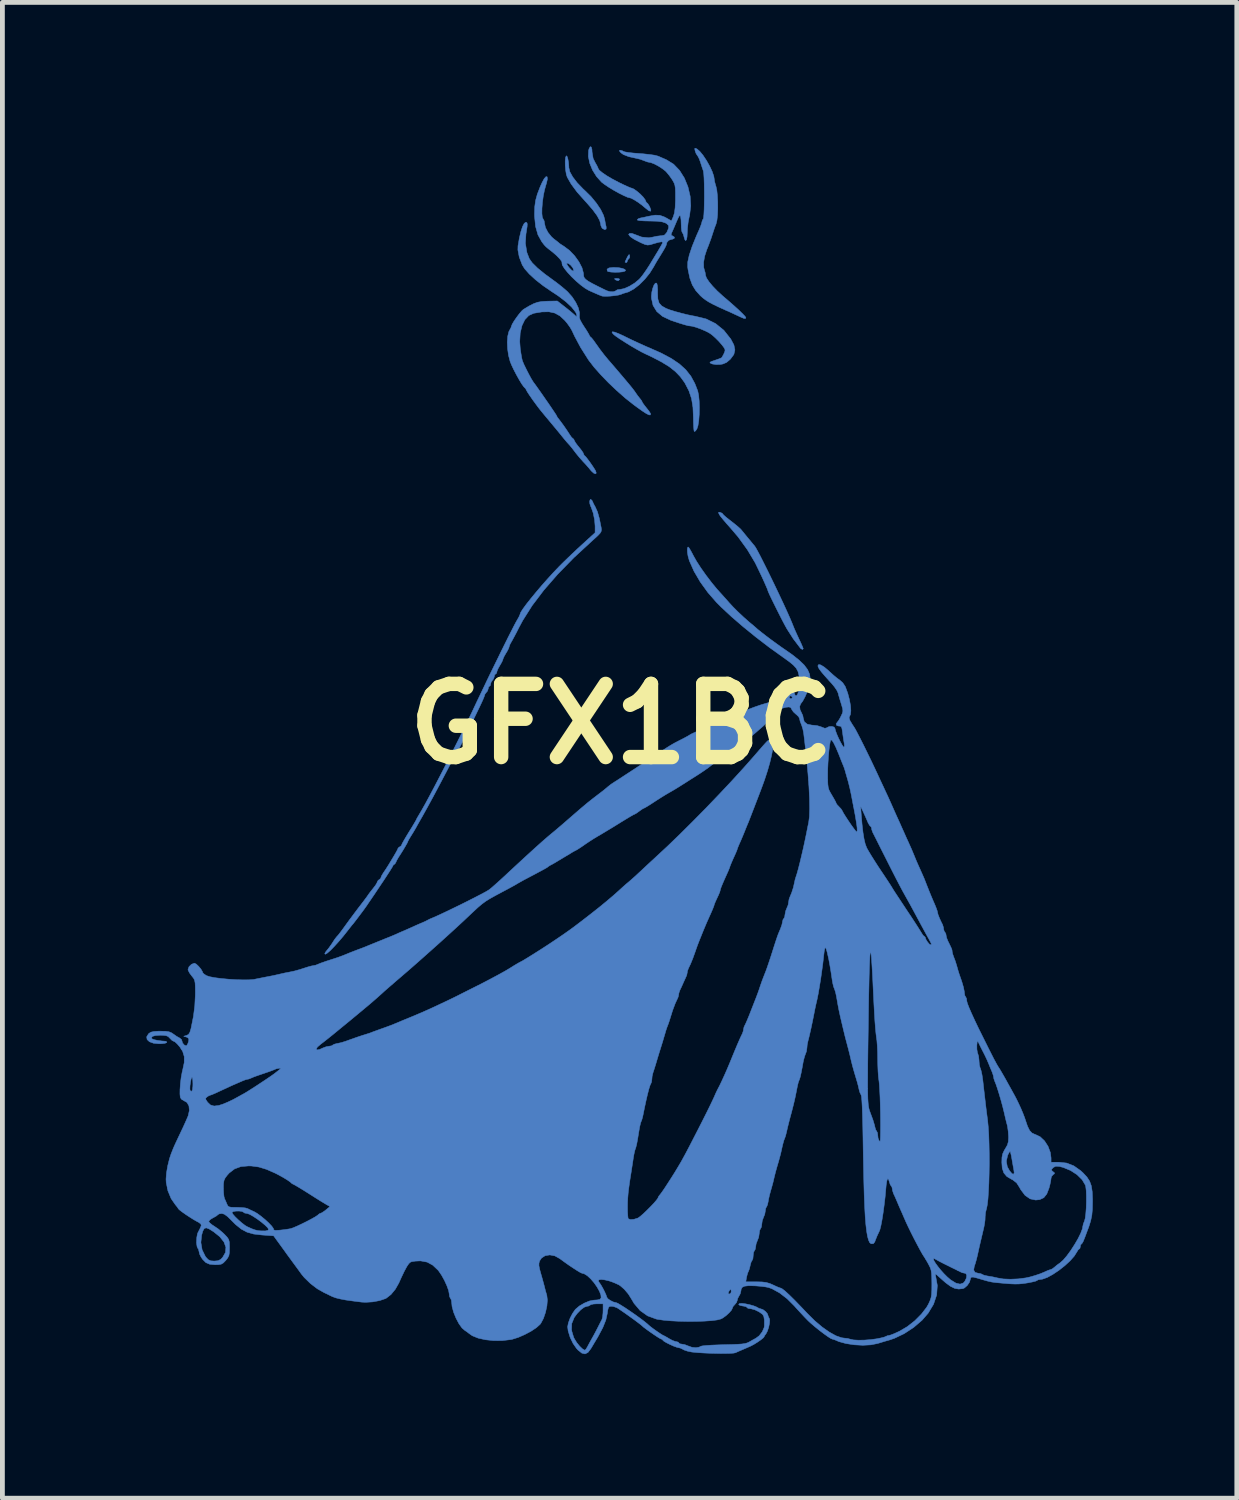
<source format=kicad_pcb>
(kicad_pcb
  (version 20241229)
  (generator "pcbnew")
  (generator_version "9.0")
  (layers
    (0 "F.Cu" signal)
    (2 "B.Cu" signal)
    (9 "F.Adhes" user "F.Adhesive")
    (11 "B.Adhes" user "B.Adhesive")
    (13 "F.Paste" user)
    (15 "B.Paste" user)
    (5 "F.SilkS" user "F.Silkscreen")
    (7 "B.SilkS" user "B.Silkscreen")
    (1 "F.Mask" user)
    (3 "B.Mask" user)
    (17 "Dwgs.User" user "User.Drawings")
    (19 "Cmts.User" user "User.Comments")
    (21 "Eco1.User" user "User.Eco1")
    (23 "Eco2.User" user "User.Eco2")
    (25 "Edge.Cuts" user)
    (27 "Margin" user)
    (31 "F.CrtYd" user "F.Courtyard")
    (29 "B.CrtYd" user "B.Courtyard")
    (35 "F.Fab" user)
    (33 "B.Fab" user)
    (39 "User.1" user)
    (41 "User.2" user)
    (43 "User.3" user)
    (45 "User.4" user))
  (footprint "GFX1BC"
    (layer "B.Cu")
    (at 9.892 12.029)
    (property "Reference" "GFX1BC" (at 0 0 0) (layer "F.SilkS") (effects (font (size 1.524 1.524) (thickness 0.3))))
    (attr through_hole)
    (fp_poly (pts (xy -0.047 -9.273) (xy -0.038 -9.255) (xy -0.067 -9.231) (xy -0.113 -9.246) (xy -0.127 -9.255) (xy -0.144 -9.272) (xy -0.117 -9.279) (xy -0.094 -9.28) (xy -0.047 -9.273)) (stroke (width 0.01) (type solid)) (fill yes) (layer "B.Cu"))
    (fp_poly (pts (xy 0.174 -9.752) (xy 0.17 -9.707) (xy 0.155 -9.692) (xy 0.13 -9.662) (xy 0.127 -9.647) (xy 0.113 -9.614) (xy 0.102 -9.611) (xy 0.077 -9.618) (xy 0.076 -9.62) (xy 0.087 -9.646) (xy 0.112 -9.699) (xy 0.12 -9.715) (xy 0.149 -9.767) (xy 0.165 -9.776) (xy 0.174 -9.752)) (stroke (width 0.01) (type solid)) (fill yes) (layer "B.Cu"))
    (fp_poly (pts (xy -0.057 -9.504) (xy 0.021 -9.489) (xy 0.072 -9.469) (xy 0.088 -9.446) (xy 0.075 -9.432) (xy 0.029 -9.418) (xy -0.045 -9.41) (xy -0.131 -9.408) (xy -0.212 -9.412) (xy -0.272 -9.422) (xy -0.292 -9.433) (xy -0.298 -9.473) (xy -0.256 -9.499) (xy -0.167 -9.509) (xy -0.153 -9.509) (xy -0.057 -9.504)) (stroke (width 0.01) (type solid)) (fill yes) (layer "B.Cu"))
    (fp_poly (pts (xy -1.13 -11.82) (xy -1.114 -11.77) (xy -1.101 -11.695) (xy -1.094 -11.609) (xy -1.094 -11.588) (xy -1.073 -11.5) (xy -1.013 -11.393) (xy -0.921 -11.273) (xy -0.8 -11.147) (xy -0.759 -11.109) (xy -0.632 -10.984) (xy -0.521 -10.849) (xy -0.431 -10.715) (xy -0.371 -10.593) (xy -0.348 -10.513) (xy -0.334 -10.432) (xy -0.319 -10.363) (xy -0.316 -10.355) (xy -0.317 -10.309) (xy -0.347 -10.296) (xy -0.393 -10.32) (xy -0.402 -10.328) (xy -0.426 -10.377) (xy -0.432 -10.416) (xy -0.452 -10.489) (xy -0.507 -10.589) (xy -0.596 -10.71) (xy -0.715 -10.847) (xy -0.755 -10.891) (xy -0.921 -11.077) (xy -1.046 -11.246) (xy -1.127 -11.388) (xy -1.147 -11.451) (xy -1.161 -11.538) (xy -1.169 -11.635) (xy -1.17 -11.726) (xy -1.163 -11.797) (xy -1.148 -11.833) (xy -1.147 -11.834) (xy -1.13 -11.82)) (stroke (width 0.01) (type solid)) (fill yes) (layer "B.Cu"))
    (fp_poly (pts (xy -0.142 -8.162) (xy -0.062 -8.132) (xy 0.048 -8.082) (xy 0.083 -8.064) (xy 0.22 -7.997) (xy 0.377 -7.925) (xy 0.528 -7.857) (xy 0.583 -7.834) (xy 0.835 -7.722) (xy 1.041 -7.612) (xy 1.208 -7.499) (xy 1.342 -7.378) (xy 1.448 -7.243) (xy 1.531 -7.09) (xy 1.59 -6.939) (xy 1.609 -6.848) (xy 1.621 -6.726) (xy 1.625 -6.588) (xy 1.622 -6.447) (xy 1.612 -6.316) (xy 1.595 -6.21) (xy 1.574 -6.146) (xy 1.543 -6.102) (xy 1.519 -6.092) (xy 1.518 -6.093) (xy 1.511 -6.124) (xy 1.505 -6.195) (xy 1.501 -6.294) (xy 1.5 -6.378) (xy 1.491 -6.594) (xy 1.462 -6.775) (xy 1.408 -6.937) (xy 1.327 -7.094) (xy 1.315 -7.114) (xy 1.228 -7.233) (xy 1.124 -7.341) (xy 0.995 -7.443) (xy 0.833 -7.542) (xy 0.633 -7.646) (xy 0.509 -7.704) (xy 0.422 -7.747) (xy 0.314 -7.807) (xy 0.194 -7.877) (xy 0.075 -7.951) (xy -0.033 -8.02) (xy -0.117 -8.078) (xy -0.161 -8.113) (xy -0.194 -8.152) (xy -0.187 -8.169) (xy -0.142 -8.162)) (stroke (width 0.01) (type solid)) (fill yes) (layer "B.Cu"))
    (fp_poly (pts (xy -0.627 -12.016) (xy -0.613 -11.967) (xy -0.61 -11.911) (xy -0.588 -11.779) (xy -0.547 -11.696) (xy -0.509 -11.63) (xy -0.486 -11.581) (xy -0.483 -11.569) (xy -0.461 -11.535) (xy -0.4 -11.484) (xy -0.308 -11.421) (xy -0.191 -11.352) (xy -0.056 -11.281) (xy -0.041 -11.273) (xy 0.057 -11.226) (xy 0.139 -11.189) (xy 0.194 -11.166) (xy 0.209 -11.162) (xy 0.255 -11.144) (xy 0.32 -11.099) (xy 0.391 -11.039) (xy 0.454 -10.975) (xy 0.496 -10.918) (xy 0.508 -10.888) (xy 0.522 -10.859) (xy 0.529 -10.857) (xy 0.552 -10.836) (xy 0.584 -10.784) (xy 0.592 -10.768) (xy 0.615 -10.704) (xy 0.606 -10.679) (xy 0.567 -10.693) (xy 0.502 -10.745) (xy 0.495 -10.751) (xy 0.427 -10.808) (xy 0.348 -10.866) (xy 0.269 -10.916) (xy 0.206 -10.95) (xy 0.177 -10.958) (xy 0.127 -10.971) (xy 0.047 -11.007) (xy -0.053 -11.057) (xy -0.16 -11.117) (xy -0.264 -11.18) (xy -0.353 -11.24) (xy -0.412 -11.285) (xy -0.517 -11.402) (xy -0.601 -11.537) (xy -0.659 -11.68) (xy -0.688 -11.82) (xy -0.683 -11.944) (xy -0.671 -11.986) (xy -0.647 -12.024) (xy -0.627 -12.016)) (stroke (width 0.01) (type solid)) (fill yes) (layer "B.Cu"))
    (fp_poly (pts (xy 0.739 -9.175) (xy 0.749 -9.131) (xy 0.755 -9.054) (xy 0.755 -8.97) (xy 0.76 -8.851) (xy 0.786 -8.767) (xy 0.841 -8.706) (xy 0.927 -8.657) (xy 1.003 -8.627) (xy 1.114 -8.592) (xy 1.243 -8.557) (xy 1.375 -8.524) (xy 1.493 -8.5) (xy 1.538 -8.492) (xy 1.766 -8.436) (xy 1.963 -8.339) (xy 2.134 -8.2) (xy 2.279 -8.017) (xy 2.344 -7.894) (xy 2.365 -7.79) (xy 2.343 -7.696) (xy 2.276 -7.605) (xy 2.268 -7.596) (xy 2.192 -7.531) (xy 2.116 -7.498) (xy 2.059 -7.488) (xy 1.974 -7.486) (xy 1.899 -7.497) (xy 1.881 -7.503) (xy 1.848 -7.52) (xy 1.846 -7.534) (xy 1.879 -7.551) (xy 1.952 -7.576) (xy 2.027 -7.602) (xy 2.078 -7.623) (xy 2.092 -7.631) (xy 2.107 -7.658) (xy 2.129 -7.697) (xy 2.154 -7.755) (xy 2.161 -7.79) (xy 2.143 -7.831) (xy 2.097 -7.893) (xy 2.033 -7.967) (xy 1.959 -8.041) (xy 1.888 -8.104) (xy 1.842 -8.137) (xy 1.76 -8.181) (xy 1.66 -8.224) (xy 1.56 -8.261) (xy 1.477 -8.284) (xy 1.44 -8.289) (xy 1.393 -8.295) (xy 1.314 -8.316) (xy 1.197 -8.352) (xy 1.039 -8.405) (xy 1.021 -8.412) (xy 0.858 -8.489) (xy 0.737 -8.591) (xy 0.66 -8.718) (xy 0.627 -8.866) (xy 0.626 -8.913) (xy 0.635 -8.998) (xy 0.655 -9.078) (xy 0.68 -9.143) (xy 0.708 -9.181) (xy 0.732 -9.183) (xy 0.739 -9.175)) (stroke (width 0.01) (type solid)) (fill yes) (layer "B.Cu"))
    (fp_poly (pts (xy 2.06 -4.406) (xy 2.101 -4.388) (xy 2.11 -4.375) (xy 2.129 -4.353) (xy 2.179 -4.308) (xy 2.252 -4.25) (xy 2.282 -4.227) (xy 2.366 -4.161) (xy 2.438 -4.101) (xy 2.485 -4.058) (xy 2.492 -4.05) (xy 2.527 -4.008) (xy 2.582 -3.94) (xy 2.644 -3.865) (xy 2.703 -3.794) (xy 2.748 -3.739) (xy 2.771 -3.713) (xy 2.771 -3.712) (xy 2.797 -3.675) (xy 2.84 -3.598) (xy 2.898 -3.488) (xy 2.967 -3.351) (xy 3.045 -3.195) (xy 3.128 -3.025) (xy 3.213 -2.849) (xy 3.297 -2.672) (xy 3.377 -2.502) (xy 3.449 -2.345) (xy 3.51 -2.208) (xy 3.557 -2.097) (xy 3.572 -2.059) (xy 3.605 -1.978) (xy 3.652 -1.873) (xy 3.701 -1.767) (xy 3.702 -1.765) (xy 3.743 -1.678) (xy 3.773 -1.609) (xy 3.788 -1.571) (xy 3.788 -1.568) (xy 3.773 -1.552) (xy 3.74 -1.568) (xy 3.725 -1.584) (xy 3.582 -1.772) (xy 3.447 -1.983) (xy 3.408 -2.054) (xy 3.357 -2.15) (xy 3.299 -2.263) (xy 3.238 -2.384) (xy 3.179 -2.503) (xy 3.126 -2.611) (xy 3.084 -2.699) (xy 3.058 -2.759) (xy 3.051 -2.78) (xy 3.041 -2.809) (xy 3.013 -2.874) (xy 2.974 -2.963) (xy 2.927 -3.066) (xy 2.877 -3.171) (xy 2.83 -3.269) (xy 2.791 -3.349) (xy 2.783 -3.364) (xy 2.625 -3.629) (xy 2.434 -3.893) (xy 2.274 -4.081) (xy 2.191 -4.174) (xy 2.119 -4.259) (xy 2.065 -4.325) (xy 2.041 -4.361) (xy 2.022 -4.402) (xy 2.036 -4.411) (xy 2.06 -4.406)) (stroke (width 0.01) (type solid)) (fill yes) (layer "B.Cu"))
    (fp_poly (pts (xy 1.574 -11.977) (xy 1.633 -11.927) (xy 1.702 -11.843) (xy 1.773 -11.736) (xy 1.839 -11.619) (xy 1.892 -11.506) (xy 1.925 -11.409) (xy 1.933 -11.359) (xy 1.942 -11.298) (xy 1.963 -11.22) (xy 1.97 -11.2) (xy 1.988 -11.12) (xy 2 -11.006) (xy 2.007 -10.872) (xy 2.008 -10.733) (xy 2.003 -10.601) (xy 1.991 -10.492) (xy 1.974 -10.42) (xy 1.974 -10.419) (xy 1.942 -10.337) (xy 1.912 -10.245) (xy 1.908 -10.234) (xy 1.869 -10.114) (xy 1.814 -9.965) (xy 1.779 -9.878) (xy 1.735 -9.744) (xy 1.713 -9.617) (xy 1.715 -9.512) (xy 1.724 -9.475) (xy 1.745 -9.403) (xy 1.754 -9.344) (xy 1.754 -9.342) (xy 1.773 -9.289) (xy 1.824 -9.212) (xy 1.901 -9.119) (xy 1.997 -9.019) (xy 2.105 -8.92) (xy 2.134 -8.895) (xy 2.251 -8.795) (xy 2.361 -8.698) (xy 2.457 -8.61) (xy 2.531 -8.538) (xy 2.579 -8.486) (xy 2.593 -8.463) (xy 2.585 -8.445) (xy 2.553 -8.447) (xy 2.49 -8.473) (xy 2.454 -8.49) (xy 2.373 -8.527) (xy 2.273 -8.574) (xy 2.199 -8.606) (xy 2.04 -8.678) (xy 1.919 -8.736) (xy 1.827 -8.785) (xy 1.756 -8.83) (xy 1.695 -8.876) (xy 1.644 -8.922) (xy 1.549 -9.028) (xy 1.478 -9.144) (xy 1.427 -9.283) (xy 1.39 -9.456) (xy 1.381 -9.519) (xy 1.383 -9.624) (xy 1.414 -9.766) (xy 1.474 -9.946) (xy 1.563 -10.166) (xy 1.618 -10.289) (xy 1.651 -10.369) (xy 1.673 -10.433) (xy 1.678 -10.459) (xy 1.693 -10.503) (xy 1.704 -10.513) (xy 1.712 -10.543) (xy 1.719 -10.614) (xy 1.724 -10.716) (xy 1.727 -10.841) (xy 1.729 -10.978) (xy 1.728 -11.118) (xy 1.726 -11.251) (xy 1.722 -11.369) (xy 1.716 -11.46) (xy 1.708 -11.516) (xy 1.706 -11.523) (xy 1.685 -11.584) (xy 1.658 -11.666) (xy 1.65 -11.693) (xy 1.623 -11.768) (xy 1.595 -11.824) (xy 1.585 -11.836) (xy 1.555 -11.884) (xy 1.536 -11.937) (xy 1.527 -11.984) (xy 1.541 -11.992) (xy 1.574 -11.977)) (stroke (width 0.01) (type solid)) (fill yes) (layer "B.Cu"))
    (fp_poly (pts (xy -1.969 -10.443) (xy -1.96 -10.415) (xy -1.963 -10.359) (xy -1.977 -10.266) (xy -1.987 -10.206) (xy -1.999 -10.012) (xy -1.968 -9.821) (xy -1.917 -9.69) (xy -1.855 -9.603) (xy -1.747 -9.496) (xy -1.595 -9.372) (xy -1.453 -9.268) (xy -1.345 -9.189) (xy -1.236 -9.103) (xy -1.146 -9.026) (xy -1.118 -9) (xy -1.025 -8.895) (xy -0.949 -8.779) (xy -0.896 -8.666) (xy -0.872 -8.566) (xy -0.873 -8.518) (xy -0.875 -8.47) (xy -0.859 -8.415) (xy -0.819 -8.342) (xy -0.775 -8.273) (xy -0.722 -8.192) (xy -0.682 -8.125) (xy -0.662 -8.086) (xy -0.661 -8.082) (xy -0.645 -8.06) (xy -0.642 -8.06) (xy -0.62 -8.04) (xy -0.578 -7.988) (xy -0.526 -7.914) (xy -0.516 -7.901) (xy -0.447 -7.803) (xy -0.36 -7.69) (xy -0.272 -7.583) (xy -0.255 -7.564) (xy -0.094 -7.377) (xy 0.035 -7.225) (xy 0.136 -7.105) (xy 0.212 -7.013) (xy 0.264 -6.946) (xy 0.294 -6.903) (xy 0.341 -6.835) (xy 0.387 -6.778) (xy 0.388 -6.777) (xy 0.421 -6.734) (xy 0.432 -6.71) (xy 0.447 -6.682) (xy 0.486 -6.629) (xy 0.521 -6.585) (xy 0.571 -6.522) (xy 0.603 -6.473) (xy 0.61 -6.456) (xy 0.601 -6.436) (xy 0.572 -6.439) (xy 0.518 -6.466) (xy 0.435 -6.52) (xy 0.32 -6.602) (xy 0.254 -6.651) (xy 0.083 -6.786) (xy -0.094 -6.942) (xy -0.268 -7.107) (xy -0.429 -7.274) (xy -0.569 -7.432) (xy -0.677 -7.572) (xy -0.69 -7.591) (xy -0.85 -7.844) (xy -0.974 -8.076) (xy -1.027 -8.19) (xy -1.067 -8.26) (xy -1.127 -8.344) (xy -1.179 -8.406) (xy -1.279 -8.499) (xy -1.385 -8.558) (xy -1.508 -8.585) (xy -1.657 -8.582) (xy -1.825 -8.554) (xy -1.927 -8.508) (xy -2.01 -8.421) (xy -2.07 -8.297) (xy -2.107 -8.143) (xy -2.117 -7.966) (xy -2.106 -7.818) (xy -2.091 -7.716) (xy -2.076 -7.628) (xy -2.063 -7.57) (xy -2.061 -7.564) (xy -2.03 -7.49) (xy -1.984 -7.395) (xy -1.932 -7.293) (xy -1.882 -7.2) (xy -1.841 -7.133) (xy -1.832 -7.119) (xy -1.788 -7.06) (xy -1.729 -6.977) (xy -1.659 -6.878) (xy -1.585 -6.771) (xy -1.512 -6.666) (xy -1.446 -6.569) (xy -1.393 -6.49) (xy -1.358 -6.437) (xy -1.348 -6.418) (xy -1.334 -6.389) (xy -1.322 -6.374) (xy -1.265 -6.3) (xy -1.197 -6.207) (xy -1.133 -6.114) (xy -1.084 -6.039) (xy -1.08 -6.032) (xy -1.044 -5.979) (xy -1.017 -5.951) (xy -1.013 -5.95) (xy -0.991 -5.929) (xy -0.981 -5.905) (xy -0.957 -5.861) (xy -0.91 -5.798) (xy -0.878 -5.759) (xy -0.828 -5.696) (xy -0.795 -5.646) (xy -0.789 -5.627) (xy -0.773 -5.593) (xy -0.767 -5.589) (xy -0.741 -5.565) (xy -0.698 -5.51) (xy -0.645 -5.438) (xy -0.593 -5.362) (xy -0.55 -5.295) (xy -0.536 -5.269) (xy -0.523 -5.225) (xy -0.54 -5.21) (xy -0.577 -5.225) (xy -0.624 -5.268) (xy -0.636 -5.282) (xy -0.684 -5.34) (xy -0.75 -5.415) (xy -0.798 -5.466) (xy -0.872 -5.549) (xy -0.944 -5.637) (xy -0.979 -5.683) (xy -1.032 -5.752) (xy -1.08 -5.81) (xy -1.095 -5.826) (xy -1.133 -5.868) (xy -1.189 -5.934) (xy -1.236 -5.992) (xy -1.3 -6.071) (xy -1.382 -6.17) (xy -1.466 -6.271) (xy -1.484 -6.293) (xy -1.573 -6.399) (xy -1.638 -6.478) (xy -1.688 -6.539) (xy -1.73 -6.593) (xy -1.774 -6.652) (xy -1.828 -6.726) (xy -1.85 -6.756) (xy -1.909 -6.841) (xy -1.955 -6.911) (xy -1.98 -6.955) (xy -1.983 -6.964) (xy -2.002 -6.995) (xy -2.006 -6.996) (xy -2.034 -7.025) (xy -2.079 -7.088) (xy -2.132 -7.177) (xy -2.189 -7.279) (xy -2.244 -7.385) (xy -2.29 -7.483) (xy -2.317 -7.551) (xy -2.35 -7.676) (xy -2.37 -7.815) (xy -2.376 -7.953) (xy -2.367 -8.076) (xy -2.344 -8.17) (xy -2.33 -8.198) (xy -2.3 -8.253) (xy -2.288 -8.29) (xy -2.273 -8.328) (xy -2.235 -8.392) (xy -2.183 -8.467) (xy -2.127 -8.542) (xy -2.076 -8.602) (xy -2.041 -8.634) (xy -1.919 -8.707) (xy -1.825 -8.755) (xy -1.743 -8.784) (xy -1.66 -8.799) (xy -1.56 -8.805) (xy -1.54 -8.806) (xy -1.335 -8.81) (xy -1.157 -8.671) (xy -1.075 -8.605) (xy -1.009 -8.55) (xy -0.968 -8.514) (xy -0.961 -8.506) (xy -0.937 -8.485) (xy -0.928 -8.499) (xy -0.934 -8.536) (xy -0.954 -8.579) (xy -1.037 -8.684) (xy -1.151 -8.791) (xy -1.302 -8.907) (xy -1.454 -9.008) (xy -1.629 -9.128) (xy -1.785 -9.25) (xy -1.915 -9.369) (xy -2.012 -9.478) (xy -2.064 -9.56) (xy -2.127 -9.725) (xy -2.155 -9.872) (xy -2.153 -9.957) (xy -2.125 -10.119) (xy -2.093 -10.255) (xy -2.058 -10.36) (xy -2.023 -10.427) (xy -1.99 -10.45) (xy -1.969 -10.443)) (stroke (width 0.01) (type solid)) (fill yes) (layer "B.Cu"))
    (fp_poly (pts (xy -0.613 -4.658) (xy -0.601 -4.634) (xy -0.577 -4.581) (xy -0.541 -4.516) (xy -0.54 -4.513) (xy -0.497 -4.417) (xy -0.458 -4.278) (xy -0.423 -4.103) (xy -0.42 -4.089) (xy -0.415 -4.046) (xy -0.421 -4.01) (xy -0.443 -3.973) (xy -0.489 -3.924) (xy -0.564 -3.855) (xy -0.601 -3.822) (xy -0.988 -3.465) (xy -1.325 -3.12) (xy -1.615 -2.787) (xy -1.858 -2.466) (xy -2.054 -2.156) (xy -2.133 -2.009) (xy -2.186 -1.904) (xy -2.237 -1.808) (xy -2.276 -1.736) (xy -2.288 -1.716) (xy -2.321 -1.656) (xy -2.337 -1.611) (xy -2.337 -1.608) (xy -2.351 -1.568) (xy -2.384 -1.505) (xy -2.403 -1.475) (xy -2.441 -1.409) (xy -2.463 -1.36) (xy -2.466 -1.348) (xy -2.479 -1.312) (xy -2.511 -1.251) (xy -2.53 -1.22) (xy -2.568 -1.152) (xy -2.591 -1.096) (xy -2.593 -1.081) (xy -2.607 -1.047) (xy -2.619 -1.042) (xy -2.64 -1.021) (xy -2.644 -0.995) (xy -2.663 -0.939) (xy -2.682 -0.915) (xy -2.715 -0.865) (xy -2.721 -0.836) (xy -2.732 -0.796) (xy -2.746 -0.788) (xy -2.767 -0.767) (xy -2.771 -0.74) (xy -2.79 -0.684) (xy -2.81 -0.661) (xy -2.841 -0.621) (xy -2.847 -0.601) (xy -2.858 -0.567) (xy -2.886 -0.499) (xy -2.928 -0.408) (xy -2.959 -0.343) (xy -3.018 -0.221) (xy -3.089 -0.075) (xy -3.162 0.074) (xy -3.206 0.165) (xy -3.264 0.284) (xy -3.319 0.394) (xy -3.366 0.483) (xy -3.395 0.534) (xy -3.428 0.591) (xy -3.478 0.681) (xy -3.538 0.792) (xy -3.601 0.911) (xy -3.603 0.915) (xy -3.768 1.229) (xy -3.912 1.5) (xy -4.038 1.732) (xy -4.147 1.928) (xy -4.157 1.945) (xy -4.207 2.033) (xy -4.254 2.116) (xy -4.274 2.153) (xy -4.317 2.227) (xy -4.369 2.312) (xy -4.385 2.337) (xy -4.423 2.4) (xy -4.446 2.444) (xy -4.449 2.454) (xy -4.462 2.482) (xy -4.495 2.54) (xy -4.541 2.618) (xy -4.594 2.703) (xy -4.647 2.785) (xy -4.647 2.786) (xy -4.681 2.846) (xy -4.695 2.879) (xy -4.718 2.917) (xy -4.732 2.924) (xy -4.754 2.943) (xy -4.755 2.947) (xy -4.768 2.974) (xy -4.807 3.038) (xy -4.868 3.133) (xy -4.947 3.254) (xy -5.041 3.394) (xy -5.145 3.55) (xy -5.257 3.714) (xy -5.314 3.798) (xy -5.349 3.847) (xy -5.401 3.918) (xy -5.46 3.996) (xy -5.517 4.072) (xy -5.564 4.133) (xy -5.591 4.167) (xy -5.594 4.17) (xy -5.616 4.196) (xy -5.658 4.249) (xy -5.695 4.297) (xy -5.794 4.422) (xy -5.891 4.536) (xy -5.982 4.636) (xy -6.06 4.716) (xy -6.123 4.771) (xy -6.164 4.796) (xy -6.178 4.786) (xy -6.163 4.753) (xy -6.131 4.713) (xy -6.089 4.661) (xy -6.037 4.587) (xy -6.012 4.549) (xy -5.969 4.483) (xy -5.933 4.436) (xy -5.921 4.423) (xy -5.898 4.398) (xy -5.853 4.34) (xy -5.794 4.261) (xy -5.753 4.204) (xy -5.666 4.084) (xy -5.566 3.95) (xy -5.473 3.826) (xy -5.454 3.802) (xy -5.385 3.712) (xy -5.327 3.635) (xy -5.287 3.58) (xy -5.276 3.563) (xy -5.245 3.52) (xy -5.196 3.457) (xy -5.168 3.422) (xy -5.12 3.359) (xy -5.09 3.308) (xy -5.085 3.291) (xy -5.065 3.256) (xy -5.047 3.245) (xy -5.013 3.217) (xy -5.009 3.202) (xy -4.995 3.164) (xy -4.961 3.107) (xy -4.952 3.093) (xy -4.909 3.03) (xy -4.855 2.945) (xy -4.798 2.851) (xy -4.742 2.758) (xy -4.695 2.677) (xy -4.663 2.618) (xy -4.653 2.592) (xy -4.633 2.568) (xy -4.615 2.559) (xy -4.581 2.533) (xy -4.577 2.519) (xy -4.564 2.489) (xy -4.529 2.426) (xy -4.478 2.339) (xy -4.424 2.25) (xy -4.363 2.152) (xy -4.314 2.07) (xy -4.282 2.015) (xy -4.271 1.994) (xy -4.259 1.967) (xy -4.228 1.914) (xy -4.212 1.887) (xy -4.16 1.799) (xy -4.088 1.671) (xy -4.001 1.51) (xy -3.901 1.322) (xy -3.793 1.114) (xy -3.678 0.892) (xy -3.561 0.662) (xy -3.444 0.43) (xy -3.331 0.204) (xy -3.225 -0.012) (xy -3.13 -0.209) (xy -3.102 -0.267) (xy -3.007 -0.47) (xy -2.927 -0.637) (xy -2.859 -0.779) (xy -2.798 -0.908) (xy -2.737 -1.034) (xy -2.672 -1.167) (xy -2.598 -1.318) (xy -2.51 -1.498) (xy -2.503 -1.513) (xy -2.423 -1.674) (xy -2.348 -1.825) (xy -2.28 -1.958) (xy -2.225 -2.066) (xy -2.185 -2.14) (xy -2.169 -2.167) (xy -2.133 -2.231) (xy -2.112 -2.278) (xy -2.11 -2.288) (xy -2.094 -2.329) (xy -2.047 -2.401) (xy -1.976 -2.498) (xy -1.884 -2.614) (xy -1.777 -2.744) (xy -1.66 -2.882) (xy -1.537 -3.021) (xy -1.413 -3.157) (xy -1.294 -3.282) (xy -1.233 -3.343) (xy -1.141 -3.433) (xy -1.027 -3.542) (xy -0.905 -3.657) (xy -0.8 -3.753) (xy -0.547 -3.984) (xy -0.547 -4.122) (xy -0.558 -4.255) (xy -0.587 -4.395) (xy -0.629 -4.514) (xy -0.638 -4.532) (xy -0.657 -4.588) (xy -0.66 -4.643) (xy -0.647 -4.676) (xy -0.639 -4.678) (xy -0.613 -4.658)) (stroke (width 0.01) (type solid)) (fill yes) (layer "B.Cu"))
    (fp_poly (pts (xy 0.027 -11.936) (xy 0.039 -11.927) (xy 0.074 -11.915) (xy 0.147 -11.903) (xy 0.243 -11.892) (xy 0.28 -11.889) (xy 0.46 -11.875) (xy 0.596 -11.86) (xy 0.694 -11.846) (xy 0.758 -11.829) (xy 0.775 -11.823) (xy 0.829 -11.799) (xy 0.906 -11.766) (xy 0.943 -11.749) (xy 1.087 -11.66) (xy 1.211 -11.531) (xy 1.312 -11.371) (xy 1.387 -11.188) (xy 1.433 -10.991) (xy 1.445 -10.789) (xy 1.421 -10.59) (xy 1.411 -10.552) (xy 1.391 -10.447) (xy 1.377 -10.324) (xy 1.373 -10.24) (xy 1.368 -10.145) (xy 1.356 -10.086) (xy 1.339 -10.067) (xy 1.32 -10.092) (xy 1.305 -10.145) (xy 1.288 -10.204) (xy 1.268 -10.236) (xy 1.257 -10.266) (xy 1.249 -10.333) (xy 1.246 -10.412) (xy 1.243 -10.497) (xy 1.235 -10.561) (xy 1.226 -10.586) (xy 1.214 -10.587) (xy 1.2 -10.572) (xy 1.179 -10.531) (xy 1.147 -10.459) (xy 1.1 -10.348) (xy 1.07 -10.278) (xy 1.044 -10.222) (xy 1.042 -10.217) (xy 1.037 -10.181) (xy 1.072 -10.162) (xy 1.106 -10.139) (xy 1.099 -10.112) (xy 1.059 -10.095) (xy 1.046 -10.094) (xy 0.986 -10.074) (xy 0.946 -10.026) (xy 0.941 -9.999) (xy 0.933 -9.97) (xy 0.908 -9.918) (xy 0.862 -9.839) (xy 0.793 -9.726) (xy 0.744 -9.647) (xy 0.71 -9.589) (xy 0.673 -9.522) (xy 0.591 -9.391) (xy 0.489 -9.264) (xy 0.375 -9.15) (xy 0.259 -9.06) (xy 0.152 -9.001) (xy 0.105 -8.986) (xy 0.037 -8.967) (xy -0.005 -8.949) (xy -0.056 -8.934) (xy -0.138 -8.921) (xy -0.234 -8.911) (xy -0.324 -8.907) (xy -0.39 -8.91) (xy -0.407 -8.914) (xy -0.471 -8.939) (xy -0.556 -8.976) (xy -0.674 -9.028) (xy -0.755 -9.075) (xy -0.847 -9.143) (xy -0.944 -9.226) (xy -1.038 -9.316) (xy -1.121 -9.406) (xy -1.187 -9.488) (xy -1.229 -9.556) (xy -1.234 -9.58) (xy -1.139 -9.58) (xy -1.107 -9.529) (xy -1.087 -9.503) (xy -1.037 -9.451) (xy -1.003 -9.432) (xy -0.992 -9.447) (xy -1.009 -9.497) (xy -1.051 -9.552) (xy -1.094 -9.586) (xy -1.135 -9.6) (xy -1.139 -9.58) (xy -1.234 -9.58) (xy -1.238 -9.601) (xy -1.236 -9.606) (xy -1.244 -9.637) (xy -1.285 -9.69) (xy -1.35 -9.757) (xy -1.431 -9.827) (xy -1.447 -9.84) (xy -1.522 -9.898) (xy -1.57 -9.939) (xy -1.606 -9.977) (xy -1.643 -10.025) (xy -1.657 -10.043) (xy -1.737 -10.187) (xy -1.787 -10.362) (xy -1.808 -10.572) (xy -1.809 -10.629) (xy -1.804 -10.775) (xy -1.786 -10.905) (xy -1.751 -11.033) (xy -1.695 -11.179) (xy -1.655 -11.269) (xy -1.607 -11.359) (xy -1.569 -11.4) (xy -1.546 -11.396) (xy -1.541 -11.347) (xy -1.561 -11.258) (xy -1.572 -11.225) (xy -1.602 -11.116) (xy -1.627 -10.992) (xy -1.644 -10.863) (xy -1.654 -10.74) (xy -1.655 -10.633) (xy -1.647 -10.555) (xy -1.628 -10.514) (xy -1.627 -10.513) (xy -1.608 -10.478) (xy -1.602 -10.435) (xy -1.582 -10.341) (xy -1.529 -10.239) (xy -1.454 -10.145) (xy -1.405 -10.102) (xy -1.346 -10.057) (xy -1.305 -10.024) (xy -1.297 -10.016) (xy -1.269 -9.995) (xy -1.214 -9.96) (xy -1.192 -9.946) (xy -1.078 -9.86) (xy -0.973 -9.75) (xy -0.884 -9.626) (xy -0.82 -9.502) (xy -0.79 -9.39) (xy -0.788 -9.363) (xy -0.785 -9.326) (xy -0.772 -9.293) (xy -0.742 -9.26) (xy -0.692 -9.223) (xy -0.613 -9.178) (xy -0.502 -9.121) (xy -0.352 -9.047) (xy -0.299 -9.022) (xy -0.235 -9.004) (xy -0.168 -9.003) (xy -0.121 -9.019) (xy -0.114 -9.026) (xy -0.08 -9.045) (xy -0.026 -9.051) (xy 0.061 -9.069) (xy 0.167 -9.116) (xy 0.275 -9.182) (xy 0.369 -9.26) (xy 0.398 -9.291) (xy 0.456 -9.365) (xy 0.525 -9.464) (xy 0.59 -9.565) (xy 0.595 -9.573) (xy 0.693 -9.735) (xy 0.767 -9.857) (xy 0.818 -9.945) (xy 0.849 -10) (xy 0.863 -10.028) (xy 0.864 -10.032) (xy 0.842 -10.043) (xy 0.777 -10.033) (xy 0.674 -10.004) (xy 0.668 -10.002) (xy 0.598 -9.981) (xy 0.547 -9.975) (xy 0.495 -9.986) (xy 0.424 -10.016) (xy 0.392 -10.031) (xy 0.267 -10.095) (xy 0.187 -10.149) (xy 0.153 -10.193) (xy 0.153 -10.2) (xy 0.173 -10.218) (xy 0.221 -10.217) (xy 0.274 -10.198) (xy 0.425 -10.141) (xy 0.572 -10.127) (xy 0.651 -10.14) (xy 0.738 -10.159) (xy 0.819 -10.169) (xy 0.838 -10.17) (xy 0.897 -10.182) (xy 0.939 -10.228) (xy 0.952 -10.25) (xy 0.984 -10.329) (xy 0.984 -10.38) (xy 0.948 -10.418) (xy 0.917 -10.436) (xy 0.85 -10.458) (xy 0.748 -10.471) (xy 0.603 -10.475) (xy 0.586 -10.475) (xy 0.471 -10.478) (xy 0.385 -10.484) (xy 0.337 -10.494) (xy 0.331 -10.5) (xy 0.352 -10.523) (xy 0.4 -10.539) (xy 0.471 -10.553) (xy 0.558 -10.573) (xy 0.579 -10.577) (xy 0.701 -10.598) (xy 0.798 -10.595) (xy 0.888 -10.564) (xy 0.935 -10.54) (xy 1.043 -10.478) (xy 1.084 -10.572) (xy 1.106 -10.647) (xy 1.12 -10.754) (xy 1.127 -10.901) (xy 1.127 -10.946) (xy 1.127 -11.07) (xy 1.124 -11.157) (xy 1.115 -11.219) (xy 1.098 -11.268) (xy 1.07 -11.319) (xy 1.057 -11.34) (xy 1.001 -11.42) (xy 0.941 -11.493) (xy 0.917 -11.518) (xy 0.849 -11.57) (xy 0.766 -11.623) (xy 0.682 -11.667) (xy 0.614 -11.692) (xy 0.593 -11.696) (xy 0.544 -11.706) (xy 0.478 -11.73) (xy 0.474 -11.732) (xy 0.393 -11.762) (xy 0.318 -11.78) (xy 0.155 -11.816) (xy 0.042 -11.86) (xy -0.009 -11.897) (xy -0.041 -11.935) (xy -0.035 -11.949) (xy -0.023 -11.95) (xy 0.027 -11.936)) (stroke (width 0.01) (type solid)) (fill yes) (layer "B.Cu"))
    (fp_poly (pts (xy 1.412 -3.664) (xy 1.446 -3.607) (xy 1.489 -3.527) (xy 1.5 -3.505) (xy 1.566 -3.388) (xy 1.657 -3.247) (xy 1.765 -3.095) (xy 1.88 -2.944) (xy 1.992 -2.808) (xy 2.048 -2.746) (xy 2.124 -2.662) (xy 2.202 -2.575) (xy 2.24 -2.531) (xy 2.323 -2.441) (xy 2.43 -2.334) (xy 2.546 -2.225) (xy 2.658 -2.126) (xy 2.695 -2.095) (xy 2.752 -2.048) (xy 2.79 -2.015) (xy 2.797 -2.009) (xy 2.839 -1.971) (xy 2.913 -1.912) (xy 3.008 -1.838) (xy 3.114 -1.758) (xy 3.221 -1.68) (xy 3.318 -1.61) (xy 3.369 -1.575) (xy 3.556 -1.445) (xy 3.701 -1.33) (xy 3.807 -1.228) (xy 3.879 -1.132) (xy 3.92 -1.037) (xy 3.935 -0.94) (xy 3.93 -0.858) (xy 3.909 -0.774) (xy 3.872 -0.67) (xy 3.825 -0.564) (xy 3.776 -0.474) (xy 3.736 -0.421) (xy 3.714 -0.367) (xy 3.722 -0.296) (xy 3.749 -0.24) (xy 3.779 -0.175) (xy 3.788 -0.125) (xy 3.81 -0.046) (xy 3.874 0.005) (xy 3.973 0.025) (xy 3.989 0.025) (xy 4.079 0.035) (xy 4.162 0.06) (xy 4.174 0.066) (xy 4.238 0.09) (xy 4.277 0.081) (xy 4.279 0.078) (xy 4.326 0.055) (xy 4.384 0.051) (xy 4.431 0.065) (xy 4.449 0.093) (xy 4.46 0.139) (xy 4.486 0.21) (xy 4.522 0.293) (xy 4.562 0.374) (xy 4.599 0.44) (xy 4.626 0.479) (xy 4.634 0.483) (xy 4.647 0.461) (xy 4.642 0.405) (xy 4.641 0.4) (xy 4.628 0.326) (xy 4.614 0.23) (xy 4.607 0.178) (xy 4.595 0.098) (xy 4.58 0.057) (xy 4.555 0.044) (xy 4.532 0.044) (xy 4.487 0.033) (xy 4.473 -0.001) (xy 4.497 -0.036) (xy 4.498 -0.037) (xy 4.522 -0.067) (xy 4.557 -0.126) (xy 4.574 -0.161) (xy 4.603 -0.222) (xy 4.614 -0.268) (xy 4.609 -0.318) (xy 4.588 -0.391) (xy 4.579 -0.421) (xy 4.55 -0.515) (xy 4.525 -0.601) (xy 4.514 -0.645) (xy 4.489 -0.699) (xy 4.438 -0.774) (xy 4.372 -0.853) (xy 4.364 -0.861) (xy 4.248 -0.989) (xy 4.166 -1.085) (xy 4.116 -1.154) (xy 4.095 -1.201) (xy 4.093 -1.211) (xy 4.11 -1.238) (xy 4.154 -1.229) (xy 4.224 -1.186) (xy 4.313 -1.112) (xy 4.34 -1.086) (xy 4.419 -1.015) (xy 4.495 -0.952) (xy 4.55 -0.912) (xy 4.611 -0.858) (xy 4.661 -0.783) (xy 4.667 -0.77) (xy 4.715 -0.641) (xy 4.75 -0.508) (xy 4.773 -0.382) (xy 4.78 -0.274) (xy 4.771 -0.195) (xy 4.754 -0.162) (xy 4.743 -0.128) (xy 4.762 -0.07) (xy 4.813 0.015) (xy 4.846 0.064) (xy 4.874 0.11) (xy 4.919 0.195) (xy 4.978 0.309) (xy 5.047 0.446) (xy 5.121 0.597) (xy 5.198 0.755) (xy 5.272 0.911) (xy 5.341 1.058) (xy 5.357 1.093) (xy 5.402 1.19) (xy 5.457 1.307) (xy 5.505 1.411) (xy 5.552 1.511) (xy 5.595 1.606) (xy 5.626 1.676) (xy 5.627 1.678) (xy 5.657 1.746) (xy 5.699 1.841) (xy 5.744 1.941) (xy 5.746 1.945) (xy 5.792 2.046) (xy 5.834 2.141) (xy 5.865 2.21) (xy 5.866 2.212) (xy 5.899 2.286) (xy 5.941 2.381) (xy 5.969 2.441) (xy 6.042 2.604) (xy 6.1 2.743) (xy 6.122 2.797) (xy 6.145 2.853) (xy 6.182 2.937) (xy 6.216 3.013) (xy 6.255 3.1) (xy 6.288 3.175) (xy 6.306 3.216) (xy 6.325 3.264) (xy 6.356 3.344) (xy 6.393 3.437) (xy 6.396 3.445) (xy 6.441 3.557) (xy 6.489 3.671) (xy 6.526 3.755) (xy 6.558 3.834) (xy 6.58 3.897) (xy 6.585 3.923) (xy 6.597 3.972) (xy 6.628 4.05) (xy 6.671 4.143) (xy 6.689 4.176) (xy 6.709 4.24) (xy 6.712 4.27) (xy 6.724 4.318) (xy 6.738 4.335) (xy 6.759 4.371) (xy 6.763 4.398) (xy 6.774 4.452) (xy 6.801 4.521) (xy 6.806 4.53) (xy 6.849 4.618) (xy 6.875 4.674) (xy 6.887 4.708) (xy 6.89 4.734) (xy 6.89 4.741) (xy 6.9 4.789) (xy 6.923 4.855) (xy 6.926 4.862) (xy 6.956 4.941) (xy 6.985 5.035) (xy 6.992 5.06) (xy 7.015 5.141) (xy 7.036 5.208) (xy 7.042 5.225) (xy 7.09 5.363) (xy 7.125 5.483) (xy 7.143 5.573) (xy 7.145 5.598) (xy 7.153 5.655) (xy 7.17 5.683) (xy 7.188 5.717) (xy 7.195 5.773) (xy 7.207 5.819) (xy 7.24 5.905) (xy 7.292 6.025) (xy 7.361 6.175) (xy 7.444 6.349) (xy 7.489 6.439) (xy 7.582 6.626) (xy 7.655 6.773) (xy 7.713 6.887) (xy 7.757 6.974) (xy 7.793 7.04) (xy 7.821 7.092) (xy 7.847 7.136) (xy 7.874 7.178) (xy 7.885 7.195) (xy 7.918 7.251) (xy 7.965 7.332) (xy 8.01 7.412) (xy 8.065 7.512) (xy 8.122 7.614) (xy 8.157 7.678) (xy 8.195 7.747) (xy 8.223 7.8) (xy 8.25 7.855) (xy 8.284 7.926) (xy 8.322 8.009) (xy 8.363 8.106) (xy 8.4 8.202) (xy 8.416 8.251) (xy 8.46 8.38) (xy 8.503 8.467) (xy 8.553 8.52) (xy 8.615 8.549) (xy 8.622 8.55) (xy 8.723 8.598) (xy 8.814 8.684) (xy 8.887 8.797) (xy 8.935 8.925) (xy 8.95 9.039) (xy 8.95 9.128) (xy 9.116 9.128) (xy 9.277 9.146) (xy 9.424 9.204) (xy 9.567 9.305) (xy 9.618 9.352) (xy 9.697 9.437) (xy 9.753 9.523) (xy 9.788 9.619) (xy 9.807 9.74) (xy 9.814 9.896) (xy 9.814 9.943) (xy 9.811 10.105) (xy 9.799 10.236) (xy 9.774 10.353) (xy 9.735 10.477) (xy 9.711 10.539) (xy 9.691 10.593) (xy 9.662 10.671) (xy 9.647 10.71) (xy 9.619 10.779) (xy 9.593 10.823) (xy 9.582 10.831) (xy 9.564 10.853) (xy 9.56 10.882) (xy 9.551 10.923) (xy 9.539 10.933) (xy 9.514 10.953) (xy 9.488 10.996) (xy 9.432 11.085) (xy 9.345 11.183) (xy 9.235 11.284) (xy 9.113 11.38) (xy 8.989 11.463) (xy 8.873 11.527) (xy 8.774 11.563) (xy 8.731 11.569) (xy 8.68 11.577) (xy 8.659 11.591) (xy 8.629 11.605) (xy 8.562 11.622) (xy 8.47 11.64) (xy 8.439 11.645) (xy 8.355 11.657) (xy 8.276 11.664) (xy 8.194 11.665) (xy 8.096 11.661) (xy 7.972 11.651) (xy 7.81 11.636) (xy 7.768 11.631) (xy 7.706 11.622) (xy 7.624 11.603) (xy 7.514 11.572) (xy 7.41 11.541) (xy 7.329 11.521) (xy 7.286 11.523) (xy 7.272 11.548) (xy 7.272 11.554) (xy 7.252 11.625) (xy 7.204 11.696) (xy 7.144 11.748) (xy 7.113 11.761) (xy 7.027 11.77) (xy 6.944 11.756) (xy 6.856 11.713) (xy 6.755 11.639) (xy 6.638 11.536) (xy 6.577 11.48) (xy 6.546 11.458) (xy 6.538 11.466) (xy 6.545 11.493) (xy 6.581 11.695) (xy 6.567 11.893) (xy 6.502 12.087) (xy 6.389 12.274) (xy 6.264 12.418) (xy 6.087 12.57) (xy 5.89 12.699) (xy 5.689 12.795) (xy 5.594 12.828) (xy 5.488 12.858) (xy 5.38 12.891) (xy 5.336 12.904) (xy 5.196 12.932) (xy 5.029 12.941) (xy 4.85 12.931) (xy 4.679 12.905) (xy 4.53 12.864) (xy 4.469 12.837) (xy 4.418 12.818) (xy 4.398 12.814) (xy 4.362 12.799) (xy 4.298 12.758) (xy 4.214 12.698) (xy 4.121 12.627) (xy 4.027 12.551) (xy 3.943 12.479) (xy 3.89 12.43) (xy 3.821 12.359) (xy 3.734 12.266) (xy 3.642 12.166) (xy 3.604 12.123) (xy 3.453 11.972) (xy 3.295 11.85) (xy 3.139 11.764) (xy 3.064 11.737) (xy 3.002 11.725) (xy 2.908 11.713) (xy 2.799 11.704) (xy 2.776 11.703) (xy 2.649 11.7) (xy 2.565 11.71) (xy 2.516 11.734) (xy 2.494 11.777) (xy 2.491 11.807) (xy 2.475 11.871) (xy 2.453 11.91) (xy 2.423 11.966) (xy 2.415 12.002) (xy 2.398 12.05) (xy 2.365 12.09) (xy 2.326 12.134) (xy 2.314 12.165) (xy 2.295 12.207) (xy 2.246 12.263) (xy 2.181 12.323) (xy 2.113 12.372) (xy 2.073 12.393) (xy 1.996 12.413) (xy 1.879 12.428) (xy 1.73 12.438) (xy 1.561 12.444) (xy 1.381 12.445) (xy 1.2 12.441) (xy 1.028 12.432) (xy 0.874 12.418) (xy 0.75 12.4) (xy 0.725 12.394) (xy 0.546 12.328) (xy 0.391 12.218) (xy 0.264 12.068) (xy 0.214 11.983) (xy 0.146 11.874) (xy 0.136 11.862) (xy 2.223 11.862) (xy 2.244 11.874) (xy 2.249 11.874) (xy 2.281 11.852) (xy 2.288 11.823) (xy 2.283 11.781) (xy 2.276 11.772) (xy 2.257 11.791) (xy 2.237 11.823) (xy 2.223 11.862) (xy 0.136 11.862) (xy 0.062 11.775) (xy -0.023 11.701) (xy -0.054 11.681) (xy -0.158 11.634) (xy -0.2 11.619) (xy 2.591 11.619) (xy 2.808 11.619) (xy 2.93 11.622) (xy 3.019 11.633) (xy 3.096 11.656) (xy 3.158 11.683) (xy 3.233 11.718) (xy 3.289 11.741) (xy 3.31 11.747) (xy 3.345 11.762) (xy 3.406 11.808) (xy 3.493 11.888) (xy 3.609 12.002) (xy 3.754 12.152) (xy 3.877 12.282) (xy 4.029 12.432) (xy 4.183 12.562) (xy 4.332 12.667) (xy 4.469 12.743) (xy 4.587 12.784) (xy 4.638 12.791) (xy 4.713 12.799) (xy 4.767 12.814) (xy 4.833 12.829) (xy 4.936 12.835) (xy 5.06 12.833) (xy 5.193 12.823) (xy 5.318 12.806) (xy 5.407 12.788) (xy 5.475 12.771) (xy 5.507 12.757) (xy 5.547 12.74) (xy 5.568 12.738) (xy 5.609 12.727) (xy 5.682 12.699) (xy 5.772 12.658) (xy 5.799 12.645) (xy 5.958 12.551) (xy 6.113 12.429) (xy 6.25 12.291) (xy 6.358 12.151) (xy 6.398 12.08) (xy 6.429 12.011) (xy 6.45 11.95) (xy 6.461 11.882) (xy 6.466 11.792) (xy 6.467 11.666) (xy 6.467 11.657) (xy 6.465 11.53) (xy 6.46 11.44) (xy 6.45 11.374) (xy 6.431 11.319) (xy 6.401 11.26) (xy 6.396 11.25) (xy 6.354 11.176) (xy 6.333 11.142) (xy 6.499 11.142) (xy 6.51 11.177) (xy 6.542 11.231) (xy 6.591 11.298) (xy 6.65 11.372) (xy 6.717 11.447) (xy 6.787 11.517) (xy 6.854 11.575) (xy 6.859 11.579) (xy 6.968 11.646) (xy 7.054 11.667) (xy 7.122 11.644) (xy 7.154 11.608) (xy 7.187 11.539) (xy 7.193 11.481) (xy 7.174 11.446) (xy 7.157 11.441) (xy 7.102 11.43) (xy 7.074 11.418) (xy 7.033 11.397) (xy 6.986 11.374) (xy 7.338 11.374) (xy 7.367 11.423) (xy 7.433 11.441) (xy 7.435 11.441) (xy 7.49 11.451) (xy 7.514 11.464) (xy 7.554 11.482) (xy 7.621 11.497) (xy 7.64 11.5) (xy 7.734 11.516) (xy 7.825 11.536) (xy 7.831 11.538) (xy 7.952 11.559) (xy 8.103 11.565) (xy 8.267 11.558) (xy 8.426 11.537) (xy 8.516 11.517) (xy 8.625 11.485) (xy 8.731 11.449) (xy 8.81 11.416) (xy 8.81 11.416) (xy 8.878 11.385) (xy 8.929 11.367) (xy 8.94 11.365) (xy 8.976 11.349) (xy 9.016 11.319) (xy 9.074 11.27) (xy 9.136 11.226) (xy 9.202 11.168) (xy 9.279 11.078) (xy 9.36 10.967) (xy 9.44 10.843) (xy 9.512 10.72) (xy 9.568 10.606) (xy 9.603 10.513) (xy 9.611 10.465) (xy 9.622 10.412) (xy 9.646 10.353) (xy 9.661 10.297) (xy 9.673 10.204) (xy 9.682 10.086) (xy 9.686 9.957) (xy 9.686 9.83) (xy 9.682 9.718) (xy 9.672 9.635) (xy 9.664 9.605) (xy 9.597 9.492) (xy 9.49 9.387) (xy 9.356 9.3) (xy 9.204 9.237) (xy 9.122 9.216) (xy 9.047 9.212) (xy 8.995 9.239) (xy 8.989 9.245) (xy 8.959 9.28) (xy 8.967 9.305) (xy 8.991 9.325) (xy 9.024 9.353) (xy 9.015 9.372) (xy 8.994 9.385) (xy 8.958 9.429) (xy 8.95 9.464) (xy 8.943 9.518) (xy 8.926 9.599) (xy 8.908 9.667) (xy 8.861 9.789) (xy 8.799 9.867) (xy 8.714 9.907) (xy 8.629 9.916) (xy 8.513 9.891) (xy 8.408 9.818) (xy 8.317 9.697) (xy 8.292 9.651) (xy 8.233 9.559) (xy 8.155 9.498) (xy 8.128 9.484) (xy 8.028 9.425) (xy 7.966 9.351) (xy 7.933 9.253) (xy 7.924 9.131) (xy 7.925 9.108) (xy 8.018 9.108) (xy 8.039 9.223) (xy 8.087 9.308) (xy 8.137 9.366) (xy 8.169 9.379) (xy 8.182 9.348) (xy 8.176 9.299) (xy 8.163 9.227) (xy 8.146 9.131) (xy 8.135 9.066) (xy 8.12 8.984) (xy 8.106 8.924) (xy 8.098 8.903) (xy 8.082 8.916) (xy 8.056 8.964) (xy 8.045 8.989) (xy 8.018 9.108) (xy 7.925 9.108) (xy 7.927 9.028) (xy 7.942 8.954) (xy 7.974 8.884) (xy 7.996 8.848) (xy 8.04 8.771) (xy 8.06 8.701) (xy 8.065 8.614) (xy 8.064 8.581) (xy 8.057 8.483) (xy 8.045 8.395) (xy 8.036 8.352) (xy 8.019 8.29) (xy 7.997 8.197) (xy 7.973 8.093) (xy 7.971 8.085) (xy 7.943 7.971) (xy 7.908 7.842) (xy 7.87 7.712) (xy 7.833 7.594) (xy 7.801 7.5) (xy 7.778 7.444) (xy 7.758 7.387) (xy 7.755 7.362) (xy 7.745 7.316) (xy 7.721 7.247) (xy 7.713 7.228) (xy 7.681 7.153) (xy 7.656 7.09) (xy 7.652 7.081) (xy 7.618 7) (xy 7.568 6.894) (xy 7.51 6.781) (xy 7.501 6.763) (xy 7.465 6.691) (xy 7.436 6.63) (xy 7.433 6.623) (xy 7.42 6.604) (xy 7.411 6.627) (xy 7.404 6.692) (xy 7.405 6.776) (xy 7.416 6.844) (xy 7.423 6.862) (xy 7.44 6.92) (xy 7.449 6.999) (xy 7.45 7.017) (xy 7.456 7.098) (xy 7.473 7.165) (xy 7.478 7.175) (xy 7.494 7.225) (xy 7.512 7.309) (xy 7.527 7.411) (xy 7.53 7.434) (xy 7.552 7.629) (xy 7.57 7.782) (xy 7.584 7.904) (xy 7.596 8.004) (xy 7.607 8.092) (xy 7.618 8.176) (xy 7.628 8.251) (xy 7.641 8.386) (xy 7.652 8.552) (xy 7.658 8.74) (xy 7.662 8.942) (xy 7.663 9.151) (xy 7.66 9.358) (xy 7.655 9.556) (xy 7.646 9.736) (xy 7.636 9.892) (xy 7.622 10.014) (xy 7.606 10.095) (xy 7.602 10.107) (xy 7.585 10.178) (xy 7.577 10.263) (xy 7.577 10.273) (xy 7.575 10.331) (xy 7.567 10.394) (xy 7.553 10.474) (xy 7.528 10.582) (xy 7.499 10.704) (xy 7.476 10.802) (xy 7.453 10.901) (xy 7.449 10.92) (xy 7.418 11.061) (xy 7.393 11.163) (xy 7.372 11.237) (xy 7.353 11.293) (xy 7.351 11.298) (xy 7.338 11.374) (xy 6.986 11.374) (xy 6.958 11.36) (xy 6.863 11.314) (xy 6.814 11.289) (xy 6.714 11.24) (xy 6.629 11.196) (xy 6.57 11.164) (xy 6.555 11.155) (xy 6.512 11.133) (xy 6.499 11.142) (xy 6.333 11.142) (xy 6.32 11.119) (xy 6.306 11.098) (xy 6.273 11.047) (xy 6.224 10.96) (xy 6.164 10.848) (xy 6.098 10.722) (xy 6.033 10.593) (xy 5.973 10.47) (xy 5.924 10.365) (xy 5.917 10.348) (xy 5.883 10.271) (xy 5.842 10.176) (xy 5.822 10.132) (xy 5.782 10.04) (xy 5.744 9.95) (xy 5.729 9.916) (xy 5.698 9.844) (xy 5.671 9.787) (xy 5.669 9.783) (xy 5.648 9.719) (xy 5.644 9.689) (xy 5.634 9.641) (xy 5.621 9.625) (xy 5.599 9.592) (xy 5.581 9.534) (xy 5.563 9.479) (xy 5.546 9.473) (xy 5.53 9.515) (xy 5.516 9.602) (xy 5.509 9.68) (xy 5.494 9.849) (xy 5.474 10.02) (xy 5.452 10.183) (xy 5.429 10.329) (xy 5.406 10.449) (xy 5.385 10.533) (xy 5.373 10.564) (xy 5.328 10.659) (xy 5.286 10.764) (xy 5.279 10.787) (xy 5.247 10.825) (xy 5.201 10.826) (xy 5.171 10.801) (xy 5.148 10.749) (xy 5.127 10.673) (xy 5.109 10.568) (xy 5.093 10.433) (xy 5.079 10.264) (xy 5.068 10.059) (xy 5.058 9.814) (xy 5.05 9.526) (xy 5.043 9.192) (xy 5.038 8.935) (xy 5.033 8.62) (xy 5.028 8.355) (xy 5.022 8.138) (xy 5.016 7.968) (xy 5.009 7.844) (xy 5.002 7.765) (xy 4.994 7.728) (xy 4.993 7.727) (xy 4.968 7.676) (xy 4.951 7.615) (xy 4.933 7.535) (xy 4.912 7.457) (xy 5.13 7.457) (xy 5.13 7.599) (xy 5.132 7.714) (xy 5.134 7.806) (xy 5.139 7.88) (xy 5.144 7.938) (xy 5.151 7.984) (xy 5.159 8.021) (xy 5.169 8.054) (xy 5.18 8.085) (xy 5.185 8.098) (xy 5.24 8.247) (xy 5.273 8.357) (xy 5.282 8.397) (xy 5.298 8.453) (xy 5.317 8.481) (xy 5.334 8.515) (xy 5.339 8.555) (xy 5.347 8.627) (xy 5.367 8.679) (xy 5.388 8.695) (xy 5.393 8.671) (xy 5.396 8.603) (xy 5.398 8.499) (xy 5.399 8.365) (xy 5.398 8.209) (xy 5.397 8.117) (xy 5.393 7.943) (xy 5.388 7.778) (xy 5.381 7.632) (xy 5.374 7.515) (xy 5.366 7.436) (xy 5.363 7.417) (xy 5.354 7.342) (xy 5.346 7.232) (xy 5.341 7.102) (xy 5.339 6.984) (xy 5.337 6.846) (xy 5.331 6.709) (xy 5.322 6.592) (xy 5.312 6.522) (xy 5.303 6.449) (xy 5.292 6.335) (xy 5.281 6.193) (xy 5.271 6.032) (xy 5.262 5.863) (xy 5.261 5.848) (xy 5.248 5.584) (xy 5.238 5.365) (xy 5.229 5.189) (xy 5.221 5.05) (xy 5.214 4.944) (xy 5.209 4.866) (xy 5.203 4.812) (xy 5.198 4.776) (xy 5.193 4.756) (xy 5.187 4.746) (xy 5.187 4.745) (xy 5.182 4.765) (xy 5.177 4.831) (xy 5.172 4.938) (xy 5.166 5.081) (xy 5.161 5.255) (xy 5.157 5.455) (xy 5.152 5.676) (xy 5.149 5.864) (xy 5.144 6.236) (xy 5.139 6.561) (xy 5.135 6.842) (xy 5.132 7.083) (xy 5.131 7.287) (xy 5.13 7.457) (xy 4.912 7.457) (xy 4.91 7.45) (xy 4.91 7.45) (xy 4.887 7.373) (xy 4.858 7.276) (xy 4.842 7.221) (xy 4.814 7.121) (xy 4.789 7.022) (xy 4.779 6.979) (xy 4.76 6.897) (xy 4.734 6.793) (xy 4.716 6.725) (xy 4.69 6.626) (xy 4.665 6.532) (xy 4.653 6.483) (xy 4.609 6.301) (xy 4.575 6.157) (xy 4.548 6.038) (xy 4.526 5.934) (xy 4.507 5.832) (xy 4.488 5.721) (xy 4.48 5.676) (xy 4.463 5.596) (xy 4.444 5.534) (xy 4.437 5.517) (xy 4.42 5.472) (xy 4.402 5.396) (xy 4.392 5.339) (xy 4.365 5.159) (xy 4.341 5.016) (xy 4.319 4.897) (xy 4.295 4.791) (xy 4.29 4.767) (xy 4.269 4.692) (xy 4.253 4.659) (xy 4.239 4.672) (xy 4.226 4.731) (xy 4.213 4.838) (xy 4.21 4.869) (xy 4.195 5.001) (xy 4.174 5.154) (xy 4.151 5.317) (xy 4.125 5.475) (xy 4.101 5.616) (xy 4.079 5.727) (xy 4.069 5.771) (xy 4.051 5.847) (xy 4.03 5.946) (xy 4.017 6.013) (xy 3.985 6.174) (xy 3.953 6.327) (xy 3.923 6.46) (xy 3.899 6.561) (xy 3.888 6.6) (xy 3.871 6.68) (xy 3.865 6.748) (xy 3.855 6.82) (xy 3.837 6.868) (xy 3.817 6.922) (xy 3.795 7.004) (xy 3.785 7.051) (xy 3.767 7.152) (xy 3.748 7.251) (xy 3.741 7.285) (xy 3.724 7.358) (xy 3.707 7.411) (xy 3.703 7.419) (xy 3.687 7.46) (xy 3.669 7.532) (xy 3.659 7.583) (xy 3.624 7.759) (xy 3.589 7.912) (xy 3.549 8.069) (xy 3.548 8.073) (xy 3.501 8.248) (xy 3.465 8.391) (xy 3.437 8.513) (xy 3.419 8.583) (xy 3.401 8.633) (xy 3.398 8.639) (xy 3.383 8.679) (xy 3.364 8.749) (xy 3.354 8.789) (xy 3.319 8.946) (xy 3.279 9.096) (xy 3.24 9.229) (xy 3.212 9.329) (xy 3.187 9.428) (xy 3.177 9.471) (xy 3.157 9.556) (xy 3.129 9.658) (xy 3.113 9.713) (xy 3.086 9.81) (xy 3.065 9.905) (xy 3.058 9.948) (xy 3.044 10.013) (xy 3.027 10.054) (xy 3.023 10.057) (xy 3.006 10.091) (xy 2.999 10.14) (xy 2.986 10.215) (xy 2.962 10.272) (xy 2.935 10.345) (xy 2.925 10.417) (xy 2.917 10.478) (xy 2.899 10.513) (xy 2.898 10.513) (xy 2.881 10.548) (xy 2.872 10.608) (xy 2.872 10.61) (xy 2.86 10.691) (xy 2.835 10.755) (xy 2.807 10.828) (xy 2.798 10.887) (xy 2.788 10.943) (xy 2.771 10.971) (xy 2.754 11.005) (xy 2.746 11.066) (xy 2.746 11.073) (xy 2.74 11.135) (xy 2.725 11.171) (xy 2.723 11.173) (xy 2.704 11.205) (xy 2.686 11.266) (xy 2.683 11.282) (xy 2.666 11.351) (xy 2.648 11.399) (xy 2.645 11.403) (xy 2.628 11.444) (xy 2.611 11.51) (xy 2.608 11.524) (xy 2.591 11.619) (xy -0.2 11.619) (xy -0.259 11.599) (xy -0.35 11.578) (xy -0.422 11.57) (xy -0.468 11.578) (xy -0.48 11.602) (xy -0.461 11.633) (xy -0.429 11.678) (xy -0.389 11.747) (xy -0.35 11.823) (xy -0.319 11.892) (xy -0.305 11.934) (xy -0.305 11.936) (xy -0.284 11.969) (xy -0.233 12.006) (xy -0.17 12.038) (xy -0.114 12.052) (xy -0.111 12.052) (xy -0.076 12.066) (xy -0.01 12.105) (xy 0.079 12.161) (xy 0.181 12.23) (xy 0.288 12.304) (xy 0.39 12.378) (xy 0.479 12.445) (xy 0.545 12.499) (xy 0.572 12.524) (xy 0.605 12.552) (xy 0.663 12.596) (xy 0.733 12.646) (xy 0.801 12.692) (xy 0.854 12.726) (xy 0.878 12.738) (xy 0.905 12.751) (xy 0.96 12.782) (xy 0.992 12.802) (xy 1.063 12.84) (xy 1.126 12.863) (xy 1.144 12.865) (xy 1.185 12.876) (xy 1.195 12.891) (xy 1.217 12.91) (xy 1.256 12.916) (xy 1.322 12.928) (xy 1.389 12.954) (xy 1.47 12.983) (xy 1.555 12.991) (xy 1.623 12.979) (xy 1.644 12.966) (xy 1.679 12.955) (xy 1.759 12.946) (xy 1.877 12.938) (xy 2.028 12.932) (xy 2.128 12.929) (xy 2.295 12.925) (xy 2.419 12.92) (xy 2.509 12.914) (xy 2.573 12.905) (xy 2.62 12.892) (xy 2.658 12.875) (xy 2.672 12.867) (xy 2.738 12.829) (xy 2.79 12.801) (xy 2.797 12.798) (xy 2.871 12.743) (xy 2.935 12.66) (xy 2.974 12.57) (xy 2.979 12.537) (xy 2.979 12.418) (xy 2.967 12.341) (xy 2.941 12.296) (xy 2.941 12.296) (xy 2.867 12.244) (xy 2.779 12.201) (xy 2.699 12.18) (xy 2.685 12.179) (xy 2.636 12.171) (xy 2.619 12.155) (xy 2.596 12.137) (xy 2.541 12.124) (xy 2.529 12.123) (xy 2.468 12.11) (xy 2.443 12.09) (xy 2.457 12.073) (xy 2.511 12.068) (xy 2.588 12.078) (xy 2.677 12.097) (xy 2.76 12.121) (xy 2.819 12.145) (xy 2.834 12.155) (xy 2.879 12.177) (xy 2.897 12.18) (xy 2.949 12.198) (xy 3.004 12.239) (xy 3.043 12.286) (xy 3.051 12.311) (xy 3.068 12.36) (xy 3.079 12.375) (xy 3.09 12.415) (xy 3.085 12.485) (xy 3.068 12.567) (xy 3.042 12.645) (xy 3.013 12.701) (xy 3.007 12.708) (xy 2.979 12.747) (xy 2.975 12.762) (xy 2.955 12.787) (xy 2.904 12.828) (xy 2.835 12.876) (xy 2.761 12.922) (xy 2.695 12.957) (xy 2.695 12.957) (xy 2.63 12.986) (xy 2.549 13.021) (xy 2.53 13.029) (xy 2.453 13.062) (xy 2.388 13.091) (xy 2.376 13.097) (xy 2.333 13.105) (xy 2.249 13.11) (xy 2.136 13.112) (xy 2.003 13.111) (xy 1.861 13.108) (xy 1.721 13.102) (xy 1.593 13.094) (xy 1.487 13.084) (xy 1.462 13.081) (xy 1.377 13.063) (xy 1.306 13.039) (xy 1.285 13.027) (xy 1.23 13) (xy 1.197 12.992) (xy 1.153 12.982) (xy 1.085 12.957) (xy 1.008 12.922) (xy 0.936 12.886) (xy 0.883 12.854) (xy 0.864 12.835) (xy 0.845 12.815) (xy 0.836 12.814) (xy 0.807 12.801) (xy 0.748 12.765) (xy 0.672 12.714) (xy 0.591 12.658) (xy 0.516 12.604) (xy 0.458 12.56) (xy 0.432 12.536) (xy 0.405 12.513) (xy 0.346 12.468) (xy 0.266 12.408) (xy 0.174 12.342) (xy 0.082 12.276) (xy -0.001 12.219) (xy -0.064 12.176) (xy -0.094 12.158) (xy -0.165 12.133) (xy -0.212 12.128) (xy -0.247 12.133) (xy -0.269 12.155) (xy -0.283 12.207) (xy -0.292 12.272) (xy -0.323 12.414) (xy -0.386 12.572) (xy -0.483 12.755) (xy -0.503 12.79) (xy -0.559 12.883) (xy -0.617 12.981) (xy -0.636 13.012) (xy -0.695 13.09) (xy -0.757 13.121) (xy -0.824 13.104) (xy -0.903 13.04) (xy -0.933 13.008) (xy -1.006 12.903) (xy -1.067 12.776) (xy -1.107 12.647) (xy -1.11 12.629) (xy -1.038 12.629) (xy -0.994 12.775) (xy -0.978 12.807) (xy -0.929 12.886) (xy -0.869 12.96) (xy -0.811 13.016) (xy -0.765 13.042) (xy -0.759 13.043) (xy -0.738 13.023) (xy -0.707 12.973) (xy -0.701 12.961) (xy -0.657 12.879) (xy -0.614 12.802) (xy -0.577 12.736) (xy -0.53 12.648) (xy -0.498 12.586) (xy -0.456 12.503) (xy -0.421 12.435) (xy -0.404 12.402) (xy -0.391 12.352) (xy -0.383 12.273) (xy -0.381 12.217) (xy -0.381 12.077) (xy -0.507 12.077) (xy -0.583 12.082) (xy -0.636 12.094) (xy -0.648 12.103) (xy -0.684 12.124) (xy -0.714 12.128) (xy -0.773 12.148) (xy -0.846 12.202) (xy -0.921 12.28) (xy -0.982 12.363) (xy -1.034 12.49) (xy -1.038 12.629) (xy -1.11 12.629) (xy -1.119 12.555) (xy -1.104 12.476) (xy -1.068 12.377) (xy -1.017 12.278) (xy -0.962 12.199) (xy -0.955 12.191) (xy -0.875 12.123) (xy -0.772 12.063) (xy -0.666 12.019) (xy -0.576 12.001) (xy -0.573 12.001) (xy -0.501 11.996) (xy -0.448 11.986) (xy -0.447 11.985) (xy -0.422 11.953) (xy -0.427 11.893) (xy -0.457 11.815) (xy -0.506 11.728) (xy -0.568 11.639) (xy -0.638 11.558) (xy -0.709 11.492) (xy -0.776 11.451) (xy -0.818 11.441) (xy -0.85 11.428) (xy -0.914 11.39) (xy -0.998 11.336) (xy -1.094 11.272) (xy -1.19 11.204) (xy -1.277 11.14) (xy -1.281 11.137) (xy -1.385 11.079) (xy -1.491 11.059) (xy -1.588 11.075) (xy -1.664 11.125) (xy -1.702 11.183) (xy -1.716 11.23) (xy -1.717 11.282) (xy -1.703 11.354) (xy -1.678 11.445) (xy -1.648 11.55) (xy -1.621 11.648) (xy -1.602 11.719) (xy -1.602 11.721) (xy -1.579 11.812) (xy -1.553 11.899) (xy -1.541 11.998) (xy -1.551 12.122) (xy -1.58 12.256) (xy -1.623 12.382) (xy -1.677 12.484) (xy -1.694 12.506) (xy -1.771 12.575) (xy -1.881 12.648) (xy -2.011 12.717) (xy -2.145 12.776) (xy -2.269 12.815) (xy -2.301 12.822) (xy -2.478 12.843) (xy -2.658 12.844) (xy -2.83 12.826) (xy -2.983 12.792) (xy -3.106 12.742) (xy -3.174 12.694) (xy -3.225 12.654) (xy -3.255 12.636) (xy -3.319 12.581) (xy -3.384 12.49) (xy -3.444 12.376) (xy -3.494 12.253) (xy -3.526 12.135) (xy -3.534 12.055) (xy -3.542 11.995) (xy -3.56 11.963) (xy -3.578 11.928) (xy -3.585 11.874) (xy -3.598 11.801) (xy -3.634 11.701) (xy -3.684 11.591) (xy -3.743 11.484) (xy -3.802 11.397) (xy -3.817 11.378) (xy -3.929 11.272) (xy -4.045 11.209) (xy -4.177 11.184) (xy -4.203 11.184) (xy -4.291 11.188) (xy -4.364 11.199) (xy -4.392 11.209) (xy -4.426 11.239) (xy -4.468 11.301) (xy -4.52 11.397) (xy -4.585 11.533) (xy -4.635 11.645) (xy -4.708 11.774) (xy -4.798 11.883) (xy -4.895 11.959) (xy -4.914 11.969) (xy -5.034 12.01) (xy -5.179 12.037) (xy -5.325 12.046) (xy -5.408 12.042) (xy -5.598 12.018) (xy -5.746 11.997) (xy -5.86 11.975) (xy -5.949 11.953) (xy -6.019 11.927) (xy -6.066 11.905) (xy -6.125 11.875) (xy -6.192 11.844) (xy -6.333 11.764) (xy -6.477 11.654) (xy -6.606 11.528) (xy -6.662 11.46) (xy -6.718 11.382) (xy -6.796 11.276) (xy -6.886 11.153) (xy -6.979 11.026) (xy -7.009 10.983) (xy -7.243 10.661) (xy -7.486 10.644) (xy -7.658 10.624) (xy -7.797 10.585) (xy -7.917 10.521) (xy -8.036 10.425) (xy -8.114 10.347) (xy -8.202 10.26) (xy -8.269 10.211) (xy -8.321 10.196) (xy -8.322 10.196) (xy -8.377 10.204) (xy -8.403 10.22) (xy -8.434 10.247) (xy -8.492 10.28) (xy -8.506 10.287) (xy -8.563 10.322) (xy -8.592 10.355) (xy -8.594 10.361) (xy -8.574 10.392) (xy -8.522 10.434) (xy -8.482 10.46) (xy -8.396 10.518) (xy -8.306 10.593) (xy -8.265 10.632) (xy -8.21 10.691) (xy -8.179 10.738) (xy -8.165 10.793) (xy -8.162 10.873) (xy -8.162 10.911) (xy -8.164 11.007) (xy -8.174 11.071) (xy -8.199 11.121) (xy -8.24 11.174) (xy -8.291 11.226) (xy -8.336 11.252) (xy -8.398 11.262) (xy -8.463 11.263) (xy -8.574 11.253) (xy -8.654 11.219) (xy -8.721 11.152) (xy -8.753 11.105) (xy -8.785 11.041) (xy -8.797 10.986) (xy -8.809 10.937) (xy -8.823 10.92) (xy -8.837 10.888) (xy -8.847 10.822) (xy -8.847 10.8) (xy -8.758 10.8) (xy -8.732 10.953) (xy -8.666 11.088) (xy -8.655 11.104) (xy -8.605 11.158) (xy -8.552 11.182) (xy -8.48 11.187) (xy -8.401 11.18) (xy -8.345 11.152) (xy -8.304 11.109) (xy -8.246 11.007) (xy -8.237 10.9) (xy -8.277 10.79) (xy -8.364 10.68) (xy -8.492 10.577) (xy -8.584 10.519) (xy -8.646 10.495) (xy -8.688 10.509) (xy -8.718 10.563) (xy -8.742 10.647) (xy -8.758 10.8) (xy -8.847 10.8) (xy -8.848 10.779) (xy -8.843 10.693) (xy -8.83 10.623) (xy -8.823 10.602) (xy -8.789 10.535) (xy -8.772 10.501) (xy -8.751 10.45) (xy -8.758 10.416) (xy -8.8 10.383) (xy -8.842 10.361) (xy -8.91 10.322) (xy -8.991 10.271) (xy -9.075 10.216) (xy -9.132 10.175) (xy -8.111 10.175) (xy -8.092 10.21) (xy -8.045 10.264) (xy -7.979 10.328) (xy -7.907 10.391) (xy -7.84 10.443) (xy -7.797 10.469) (xy -7.7 10.513) (xy -7.631 10.538) (xy -7.57 10.552) (xy -7.513 10.558) (xy -7.413 10.559) (xy -7.36 10.546) (xy -7.348 10.526) (xy -7.368 10.491) (xy -7.421 10.439) (xy -7.495 10.377) (xy -7.581 10.313) (xy -7.666 10.257) (xy -7.739 10.215) (xy -7.791 10.196) (xy -7.795 10.196) (xy -7.848 10.186) (xy -7.869 10.17) (xy -7.902 10.153) (xy -7.961 10.145) (xy -8.028 10.146) (xy -8.084 10.156) (xy -8.11 10.173) (xy -8.111 10.175) (xy -9.132 10.175) (xy -9.15 10.163) (xy -9.205 10.12) (xy -9.229 10.096) (xy -9.229 10.095) (xy -9.245 10.068) (xy -9.282 10.022) (xy -9.287 10.017) (xy -9.378 9.885) (xy -9.445 9.723) (xy -9.456 9.668) (xy -8.289 9.668) (xy -8.285 9.763) (xy -8.277 9.841) (xy -8.266 9.884) (xy -8.24 9.941) (xy -8.216 9.999) (xy -8.198 10.035) (xy -8.174 10.056) (xy -8.129 10.066) (xy -8.051 10.068) (xy -8.009 10.068) (xy -7.913 10.072) (xy -7.833 10.08) (xy -7.786 10.093) (xy -7.734 10.119) (xy -7.663 10.152) (xy -7.649 10.158) (xy -7.585 10.195) (xy -7.506 10.253) (xy -7.423 10.321) (xy -7.346 10.392) (xy -7.285 10.456) (xy -7.25 10.504) (xy -7.246 10.518) (xy -7.237 10.54) (xy -7.2 10.548) (xy -7.127 10.544) (xy -7.113 10.543) (xy -7.015 10.532) (xy -6.923 10.518) (xy -6.891 10.512) (xy -6.836 10.494) (xy -6.754 10.459) (xy -6.656 10.413) (xy -6.553 10.362) (xy -6.456 10.311) (xy -6.376 10.266) (xy -6.324 10.231) (xy -6.31 10.217) (xy -6.28 10.196) (xy -6.272 10.195) (xy -6.235 10.179) (xy -6.179 10.141) (xy -6.155 10.122) (xy -6.068 10.05) (xy -6.134 10.015) (xy -6.179 9.988) (xy -6.257 9.941) (xy -6.358 9.878) (xy -6.473 9.805) (xy -6.509 9.782) (xy -6.62 9.712) (xy -6.717 9.653) (xy -6.79 9.61) (xy -6.832 9.587) (xy -6.839 9.585) (xy -6.868 9.568) (xy -6.869 9.566) (xy -6.898 9.539) (xy -6.96 9.496) (xy -7.046 9.444) (xy -7.144 9.39) (xy -7.208 9.357) (xy -7.39 9.277) (xy -7.55 9.228) (xy -7.702 9.207) (xy -7.762 9.205) (xy -7.925 9.219) (xy -8.056 9.267) (xy -8.168 9.353) (xy -8.21 9.4) (xy -8.253 9.457) (xy -8.277 9.511) (xy -8.287 9.578) (xy -8.289 9.668) (xy -9.456 9.668) (xy -9.48 9.552) (xy -9.484 9.48) (xy -9.474 9.351) (xy -9.448 9.2) (xy -9.411 9.052) (xy -9.379 8.956) (xy -9.35 8.883) (xy -9.334 8.842) (xy -9.314 8.796) (xy -9.278 8.717) (xy -9.23 8.615) (xy -9.184 8.518) (xy -9.129 8.402) (xy -9.08 8.294) (xy -9.042 8.207) (xy -9.023 8.162) (xy -8.998 8.051) (xy -9.007 7.955) (xy -9.048 7.883) (xy -9.111 7.847) (xy -9.156 7.819) (xy -8.657 7.819) (xy -8.629 7.863) (xy -8.617 7.88) (xy -8.558 7.936) (xy -8.483 7.958) (xy -8.385 7.946) (xy -8.29 7.915) (xy -8.193 7.874) (xy -8.09 7.825) (xy -8.06 7.809) (xy -7.971 7.76) (xy -7.884 7.712) (xy -7.856 7.697) (xy -7.801 7.664) (xy -7.717 7.611) (xy -7.614 7.545) (xy -7.505 7.473) (xy -7.399 7.403) (xy -7.308 7.341) (xy -7.243 7.295) (xy -7.221 7.279) (xy -7.169 7.238) (xy -7.132 7.209) (xy -7.099 7.182) (xy -7.106 7.172) (xy -7.126 7.171) (xy -7.187 7.182) (xy -7.215 7.194) (xy -7.259 7.212) (xy -7.337 7.241) (xy -7.433 7.274) (xy -7.462 7.284) (xy -7.562 7.318) (xy -7.647 7.348) (xy -7.702 7.371) (xy -7.71 7.375) (xy -7.761 7.395) (xy -7.782 7.399) (xy -7.823 7.408) (xy -7.886 7.432) (xy -7.897 7.437) (xy -7.982 7.474) (xy -8.071 7.513) (xy -8.079 7.516) (xy -8.15 7.548) (xy -8.246 7.593) (xy -8.349 7.64) (xy -8.355 7.643) (xy -8.443 7.684) (xy -8.514 7.715) (xy -8.555 7.73) (xy -8.558 7.73) (xy -8.595 7.745) (xy -8.628 7.766) (xy -8.656 7.792) (xy -8.657 7.819) (xy -9.156 7.819) (xy -9.166 7.813) (xy -9.187 7.775) (xy -9.194 7.708) (xy -9.193 7.607) (xy -9.192 7.604) (xy -8.987 7.604) (xy -8.981 7.639) (xy -8.98 7.639) (xy -8.952 7.653) (xy -8.934 7.623) (xy -8.925 7.547) (xy -8.924 7.495) (xy -8.927 7.414) (xy -8.936 7.367) (xy -8.947 7.362) (xy -8.962 7.399) (xy -8.975 7.465) (xy -8.985 7.54) (xy -8.987 7.604) (xy -9.192 7.604) (xy -9.184 7.487) (xy -9.169 7.365) (xy -9.149 7.256) (xy -9.138 7.21) (xy -9.105 7.055) (xy -9.104 6.928) (xy -9.138 6.818) (xy -9.169 6.77) (xy -6.355 6.77) (xy -6.339 6.789) (xy -6.284 6.779) (xy -6.22 6.75) (xy -6.149 6.723) (xy -6.088 6.712) (xy -6.036 6.704) (xy -6.015 6.69) (xy -5.982 6.671) (xy -5.922 6.655) (xy -5.918 6.655) (xy -5.834 6.637) (xy -5.747 6.61) (xy -5.746 6.61) (xy -5.672 6.583) (xy -5.61 6.561) (xy -5.606 6.56) (xy -5.548 6.539) (xy -5.473 6.513) (xy -5.466 6.511) (xy -5.392 6.486) (xy -5.331 6.468) (xy -5.327 6.466) (xy -5.259 6.445) (xy -5.225 6.433) (xy -5.177 6.414) (xy -5.097 6.385) (xy -5.001 6.35) (xy -4.983 6.344) (xy -4.886 6.309) (xy -4.802 6.278) (xy -4.747 6.257) (xy -4.742 6.254) (xy -4.652 6.217) (xy -4.551 6.174) (xy -4.46 6.137) (xy -4.424 6.122) (xy -4.378 6.103) (xy -4.322 6.08) (xy -4.245 6.047) (xy -4.134 6) (xy -4.106 5.987) (xy -4.013 5.946) (xy -3.891 5.89) (xy -3.755 5.826) (xy -3.617 5.761) (xy -3.493 5.701) (xy -3.396 5.653) (xy -3.369 5.639) (xy -3.308 5.608) (xy -3.22 5.564) (xy -3.123 5.515) (xy -3.115 5.511) (xy -2.916 5.411) (xy -2.728 5.313) (xy -2.56 5.223) (xy -2.419 5.145) (xy -2.315 5.083) (xy -2.309 5.079) (xy -2.231 5.03) (xy -2.167 4.992) (xy -2.136 4.974) (xy -2.06 4.934) (xy -1.952 4.869) (xy -1.819 4.786) (xy -1.669 4.691) (xy -1.512 4.589) (xy -1.356 4.485) (xy -1.209 4.385) (xy -1.08 4.294) (xy -0.996 4.233) (xy -0.813 4.094) (xy -0.631 3.953) (xy -0.458 3.816) (xy -0.302 3.688) (xy -0.171 3.577) (xy -0.072 3.489) (xy -0.064 3.482) (xy 0.018 3.407) (xy 0.1 3.334) (xy 0.153 3.29) (xy 0.213 3.238) (xy 0.295 3.165) (xy 0.383 3.083) (xy 0.407 3.061) (xy 0.507 2.967) (xy 0.616 2.866) (xy 0.713 2.777) (xy 0.722 2.768) (xy 0.956 2.551) (xy 1.213 2.303) (xy 1.485 2.033) (xy 1.764 1.75) (xy 2.04 1.462) (xy 2.306 1.179) (xy 2.552 0.909) (xy 2.76 0.674) (xy 2.866 0.551) (xy 2.944 0.462) (xy 2.999 0.401) (xy 3.036 0.362) (xy 3.061 0.341) (xy 3.078 0.332) (xy 3.092 0.331) (xy 3.092 0.331) (xy 3.13 0.351) (xy 3.152 0.38) (xy 3.161 0.435) (xy 3.152 0.53) (xy 3.128 0.657) (xy 3.092 0.808) (xy 3.043 0.978) (xy 2.985 1.156) (xy 2.948 1.259) (xy 2.926 1.318) (xy 2.892 1.409) (xy 2.849 1.521) (xy 2.802 1.643) (xy 2.755 1.766) (xy 2.711 1.879) (xy 2.676 1.97) (xy 2.652 2.031) (xy 2.646 2.047) (xy 2.624 2.098) (xy 2.592 2.176) (xy 2.568 2.237) (xy 2.527 2.337) (xy 2.484 2.438) (xy 2.463 2.484) (xy 2.435 2.55) (xy 2.418 2.595) (xy 2.415 2.604) (xy 2.406 2.632) (xy 2.38 2.694) (xy 2.343 2.776) (xy 2.339 2.784) (xy 2.302 2.868) (xy 2.275 2.932) (xy 2.263 2.964) (xy 2.263 2.965) (xy 2.253 2.996) (xy 2.23 3.052) (xy 2.227 3.06) (xy 2.16 3.209) (xy 2.112 3.318) (xy 2.081 3.393) (xy 2.064 3.441) (xy 2.059 3.465) (xy 2.048 3.504) (xy 2.02 3.57) (xy 1.995 3.623) (xy 1.961 3.697) (xy 1.938 3.752) (xy 1.933 3.771) (xy 1.923 3.803) (xy 1.897 3.867) (xy 1.867 3.936) (xy 1.827 4.025) (xy 1.792 4.104) (xy 1.774 4.144) (xy 1.716 4.282) (xy 1.675 4.383) (xy 1.659 4.424) (xy 1.628 4.5) (xy 1.608 4.551) (xy 1.584 4.613) (xy 1.554 4.698) (xy 1.539 4.742) (xy 1.489 4.881) (xy 1.44 5.001) (xy 1.398 5.089) (xy 1.397 5.091) (xy 1.376 5.148) (xy 1.373 5.174) (xy 1.362 5.23) (xy 1.351 5.257) (xy 1.328 5.308) (xy 1.295 5.38) (xy 1.285 5.403) (xy 1.252 5.477) (xy 1.223 5.537) (xy 1.218 5.549) (xy 1.198 5.606) (xy 1.195 5.632) (xy 1.183 5.687) (xy 1.171 5.715) (xy 1.121 5.823) (xy 1.067 5.967) (xy 1.029 6.089) (xy 1.002 6.176) (xy 0.978 6.247) (xy 0.965 6.28) (xy 0.947 6.327) (xy 0.923 6.4) (xy 0.914 6.433) (xy 0.889 6.517) (xy 0.857 6.626) (xy 0.826 6.725) (xy 0.789 6.843) (xy 0.751 6.968) (xy 0.725 7.056) (xy 0.697 7.147) (xy 0.672 7.226) (xy 0.658 7.267) (xy 0.641 7.338) (xy 0.636 7.396) (xy 0.629 7.454) (xy 0.617 7.486) (xy 0.599 7.523) (xy 0.574 7.601) (xy 0.545 7.712) (xy 0.514 7.846) (xy 0.482 7.994) (xy 0.46 8.104) (xy 0.443 8.186) (xy 0.425 8.249) (xy 0.416 8.269) (xy 0.4 8.313) (xy 0.383 8.384) (xy 0.377 8.416) (xy 0.361 8.51) (xy 0.343 8.621) (xy 0.334 8.675) (xy 0.318 8.759) (xy 0.301 8.824) (xy 0.292 8.849) (xy 0.279 8.889) (xy 0.263 8.961) (xy 0.25 9.035) (xy 0.233 9.15) (xy 0.214 9.271) (xy 0.205 9.331) (xy 0.176 9.512) (xy 0.156 9.655) (xy 0.142 9.77) (xy 0.134 9.869) (xy 0.129 9.964) (xy 0.128 10.058) (xy 0.129 10.162) (xy 0.134 10.245) (xy 0.14 10.296) (xy 0.144 10.306) (xy 0.19 10.322) (xy 0.262 10.317) (xy 0.338 10.293) (xy 0.352 10.287) (xy 0.394 10.256) (xy 0.458 10.201) (xy 0.532 10.13) (xy 0.609 10.053) (xy 0.679 9.979) (xy 0.732 9.917) (xy 0.761 9.877) (xy 0.763 9.87) (xy 0.778 9.837) (xy 0.808 9.8) (xy 0.842 9.755) (xy 0.896 9.677) (xy 0.963 9.574) (xy 1.038 9.458) (xy 1.114 9.337) (xy 1.184 9.221) (xy 1.243 9.121) (xy 1.268 9.076) (xy 1.34 8.944) (xy 1.422 8.788) (xy 1.51 8.617) (xy 1.601 8.44) (xy 1.69 8.265) (xy 1.773 8.1) (xy 1.845 7.954) (xy 1.902 7.835) (xy 1.941 7.751) (xy 1.944 7.742) (xy 1.976 7.67) (xy 2.004 7.613) (xy 2.01 7.602) (xy 2.043 7.539) (xy 2.09 7.441) (xy 2.146 7.319) (xy 2.205 7.185) (xy 2.261 7.052) (xy 2.301 6.954) (xy 2.356 6.82) (xy 2.411 6.689) (xy 2.461 6.574) (xy 2.501 6.487) (xy 2.519 6.452) (xy 2.539 6.395) (xy 2.543 6.369) (xy 2.554 6.314) (xy 2.567 6.286) (xy 2.592 6.235) (xy 2.624 6.162) (xy 2.633 6.14) (xy 2.657 6.082) (xy 2.677 6.032) (xy 2.699 5.975) (xy 2.73 5.896) (xy 2.759 5.822) (xy 2.79 5.743) (xy 2.816 5.676) (xy 2.823 5.657) (xy 2.843 5.604) (xy 2.871 5.525) (xy 2.886 5.479) (xy 2.912 5.403) (xy 2.934 5.341) (xy 2.959 5.276) (xy 2.993 5.189) (xy 3.009 5.149) (xy 3.033 5.083) (xy 3.067 4.984) (xy 3.107 4.864) (xy 3.142 4.755) (xy 3.186 4.616) (xy 3.219 4.515) (xy 3.244 4.441) (xy 3.265 4.382) (xy 3.287 4.329) (xy 3.313 4.268) (xy 3.314 4.264) (xy 3.341 4.191) (xy 3.355 4.13) (xy 3.356 4.12) (xy 3.368 4.071) (xy 3.382 4.055) (xy 3.401 4.021) (xy 3.408 3.971) (xy 3.422 3.896) (xy 3.445 3.839) (xy 3.473 3.771) (xy 3.482 3.718) (xy 3.493 3.651) (xy 3.505 3.616) (xy 3.546 3.519) (xy 3.582 3.407) (xy 3.602 3.318) (xy 3.618 3.244) (xy 3.634 3.191) (xy 3.655 3.127) (xy 3.684 3.024) (xy 3.718 2.891) (xy 3.754 2.74) (xy 3.791 2.581) (xy 3.825 2.423) (xy 3.84 2.352) (xy 3.859 2.258) (xy 3.882 2.142) (xy 3.902 2.047) (xy 3.917 1.928) (xy 3.922 1.762) (xy 3.919 1.555) (xy 3.907 1.308) (xy 3.887 1.039) (xy 4.297 1.039) (xy 4.297 1.167) (xy 4.301 1.257) (xy 4.309 1.322) (xy 4.325 1.375) (xy 4.352 1.428) (xy 4.386 1.486) (xy 4.431 1.563) (xy 4.463 1.622) (xy 4.475 1.652) (xy 4.492 1.68) (xy 4.529 1.719) (xy 4.575 1.768) (xy 4.599 1.805) (xy 4.626 1.857) (xy 4.671 1.929) (xy 4.726 2.013) (xy 4.783 2.097) (xy 4.837 2.172) (xy 4.879 2.227) (xy 4.903 2.251) (xy 4.905 2.251) (xy 4.912 2.222) (xy 4.91 2.159) (xy 4.903 2.105) (xy 4.888 2.009) (xy 4.868 1.89) (xy 4.847 1.78) (xy 4.835 1.716) (xy 4.983 1.716) (xy 4.995 1.869) (xy 5.013 2.087) (xy 5.033 2.261) (xy 5.055 2.396) (xy 5.079 2.498) (xy 5.108 2.575) (xy 5.109 2.578) (xy 5.143 2.639) (xy 5.198 2.731) (xy 5.27 2.846) (xy 5.351 2.972) (xy 5.405 3.053) (xy 5.484 3.171) (xy 5.552 3.274) (xy 5.604 3.354) (xy 5.636 3.405) (xy 5.644 3.42) (xy 5.658 3.442) (xy 5.695 3.501) (xy 5.753 3.588) (xy 5.826 3.699) (xy 5.91 3.826) (xy 5.93 3.857) (xy 6.02 3.991) (xy 6.102 4.116) (xy 6.171 4.223) (xy 6.222 4.304) (xy 6.251 4.351) (xy 6.253 4.355) (xy 6.284 4.403) (xy 6.31 4.424) (xy 6.31 4.424) (xy 6.33 4.444) (xy 6.331 4.451) (xy 6.345 4.49) (xy 6.378 4.542) (xy 6.415 4.585) (xy 6.439 4.601) (xy 6.458 4.588) (xy 6.458 4.587) (xy 6.447 4.559) (xy 6.417 4.502) (xy 6.398 4.467) (xy 6.354 4.388) (xy 6.299 4.287) (xy 6.249 4.195) (xy 6.169 4.046) (xy 6.09 3.899) (xy 6.017 3.764) (xy 5.954 3.651) (xy 5.908 3.569) (xy 5.896 3.547) (xy 5.857 3.477) (xy 5.798 3.366) (xy 5.721 3.218) (xy 5.63 3.04) (xy 5.526 2.834) (xy 5.43 2.644) (xy 5.368 2.521) (xy 5.313 2.411) (xy 5.269 2.324) (xy 5.241 2.269) (xy 5.235 2.257) (xy 5.215 2.2) (xy 5.212 2.174) (xy 5.201 2.14) (xy 5.192 2.136) (xy 5.171 2.114) (xy 5.14 2.061) (xy 5.126 2.028) (xy 5.084 1.932) (xy 5.04 1.835) (xy 5.032 1.818) (xy 4.983 1.716) (xy 4.835 1.716) (xy 4.824 1.662) (xy 4.801 1.541) (xy 4.783 1.449) (xy 4.759 1.338) (xy 4.729 1.217) (xy 4.716 1.17) (xy 4.691 1.083) (xy 4.67 1.01) (xy 4.662 0.979) (xy 4.64 0.911) (xy 4.627 0.877) (xy 4.608 0.831) (xy 4.576 0.752) (xy 4.538 0.654) (xy 4.525 0.622) (xy 4.469 0.489) (xy 4.422 0.394) (xy 4.386 0.34) (xy 4.363 0.332) (xy 4.363 0.332) (xy 4.35 0.369) (xy 4.337 0.445) (xy 4.324 0.552) (xy 4.313 0.678) (xy 4.304 0.814) (xy 4.298 0.949) (xy 4.297 1.039) (xy 3.887 1.039) (xy 3.886 1.027) (xy 3.857 0.714) (xy 3.819 0.373) (xy 3.797 0.191) (xy 3.779 0.101) (xy 3.752 0.016) (xy 3.748 0.009) (xy 3.723 -0.057) (xy 3.712 -0.108) (xy 3.712 -0.11) (xy 3.693 -0.15) (xy 3.646 -0.196) (xy 3.637 -0.202) (xy 3.582 -0.253) (xy 3.547 -0.305) (xy 3.546 -0.309) (xy 3.527 -0.343) (xy 3.49 -0.354) (xy 3.428 -0.348) (xy 3.352 -0.327) (xy 3.291 -0.292) (xy 3.284 -0.284) (xy 3.137 -0.128) (xy 2.956 0.043) (xy 2.752 0.22) (xy 2.534 0.395) (xy 2.315 0.558) (xy 2.143 0.675) (xy 2.042 0.742) (xy 1.951 0.805) (xy 1.882 0.855) (xy 1.856 0.876) (xy 1.808 0.913) (xy 1.73 0.968) (xy 1.632 1.034) (xy 1.556 1.083) (xy 1.446 1.152) (xy 1.34 1.22) (xy 1.253 1.275) (xy 1.212 1.301) (xy 1.123 1.356) (xy 1.029 1.411) (xy 1.004 1.425) (xy 0.937 1.464) (xy 0.844 1.521) (xy 0.74 1.587) (xy 0.694 1.617) (xy 0.604 1.676) (xy 0.53 1.722) (xy 0.482 1.749) (xy 0.47 1.754) (xy 0.442 1.768) (xy 0.39 1.804) (xy 0.371 1.818) (xy 0.315 1.858) (xy 0.277 1.88) (xy 0.271 1.881) (xy 0.245 1.894) (xy 0.184 1.929) (xy 0.096 1.982) (xy -0.011 2.047) (xy -0.057 2.076) (xy -0.18 2.152) (xy -0.298 2.223) (xy -0.399 2.284) (xy -0.471 2.327) (xy -0.483 2.333) (xy -0.565 2.382) (xy -0.665 2.446) (xy -0.75 2.503) (xy -0.83 2.559) (xy -0.898 2.603) (xy -0.939 2.628) (xy -0.941 2.628) (xy -0.994 2.656) (xy -1.03 2.677) (xy -1.081 2.709) (xy -1.167 2.76) (xy -1.289 2.833) (xy -1.385 2.891) (xy -1.443 2.924) (xy -1.475 2.94) (xy -1.515 2.964) (xy -1.526 2.973) (xy -1.538 2.983) (xy -1.565 3) (xy -1.613 3.027) (xy -1.689 3.068) (xy -1.797 3.126) (xy -1.932 3.197) (xy -2.029 3.248) (xy -2.108 3.292) (xy -2.161 3.322) (xy -2.174 3.33) (xy -2.205 3.349) (xy -2.272 3.386) (xy -2.364 3.436) (xy -2.473 3.494) (xy -2.479 3.497) (xy -2.623 3.574) (xy -2.734 3.636) (xy -2.823 3.691) (xy -2.902 3.749) (xy -2.983 3.817) (xy -3.077 3.904) (xy -3.157 3.979) (xy -3.287 4.102) (xy -3.447 4.25) (xy -3.629 4.416) (xy -3.825 4.593) (xy -4.027 4.773) (xy -4.225 4.949) (xy -4.412 5.113) (xy -4.579 5.257) (xy -4.64 5.309) (xy -4.744 5.399) (xy -4.847 5.488) (xy -4.935 5.565) (xy -4.983 5.609) (xy -5.09 5.705) (xy -5.227 5.824) (xy -5.386 5.957) (xy -5.545 6.089) (xy -5.615 6.147) (xy -5.711 6.226) (xy -5.82 6.315) (xy -5.916 6.394) (xy -6.021 6.48) (xy -6.122 6.561) (xy -6.206 6.627) (xy -6.26 6.668) (xy -6.33 6.728) (xy -6.355 6.77) (xy -9.169 6.77) (xy -9.195 6.729) (xy -9.25 6.665) (xy -9.297 6.622) (xy -9.32 6.611) (xy -9.358 6.592) (xy -9.402 6.548) (xy -9.403 6.547) (xy -9.438 6.511) (xy -9.482 6.492) (xy -9.551 6.484) (xy -9.607 6.483) (xy -9.708 6.49) (xy -9.77 6.508) (xy -9.787 6.537) (xy -9.773 6.56) (xy -9.735 6.575) (xy -9.663 6.59) (xy -9.571 6.603) (xy -9.489 6.609) (xy -9.467 6.625) (xy -9.471 6.636) (xy -9.503 6.65) (xy -9.569 6.659) (xy -9.626 6.661) (xy -9.743 6.65) (xy -9.829 6.619) (xy -9.878 6.573) (xy -9.887 6.517) (xy -9.85 6.456) (xy -9.839 6.445) (xy -9.798 6.419) (xy -9.736 6.405) (xy -9.641 6.399) (xy -9.599 6.399) (xy -9.494 6.401) (xy -9.423 6.411) (xy -9.369 6.433) (xy -9.326 6.462) (xy -9.262 6.507) (xy -9.207 6.538) (xy -9.198 6.542) (xy -9.16 6.575) (xy -9.153 6.599) (xy -9.139 6.646) (xy -9.105 6.686) (xy -9.069 6.703) (xy -9.052 6.697) (xy -9.029 6.656) (xy -9.013 6.608) (xy -9.009 6.556) (xy -9.039 6.529) (xy -9.056 6.523) (xy -9.115 6.504) (xy -9.054 6.487) (xy -9.015 6.466) (xy -8.987 6.421) (xy -8.963 6.34) (xy -8.961 6.33) (xy -8.913 6.09) (xy -8.885 5.871) (xy -8.874 5.652) (xy -8.873 5.594) (xy -8.874 5.476) (xy -8.878 5.396) (xy -8.888 5.342) (xy -8.906 5.302) (xy -8.936 5.263) (xy -8.95 5.246) (xy -8.996 5.184) (xy -9.023 5.129) (xy -9.026 5.114) (xy -9.005 5.056) (xy -8.954 5.006) (xy -8.895 4.983) (xy -8.892 4.983) (xy -8.854 5.002) (xy -8.804 5.049) (xy -8.757 5.106) (xy -8.726 5.158) (xy -8.721 5.177) (xy -8.7 5.203) (xy -8.65 5.237) (xy -8.638 5.243) (xy -8.571 5.265) (xy -8.465 5.285) (xy -8.331 5.302) (xy -8.181 5.316) (xy -8.027 5.326) (xy -7.88 5.33) (xy -7.753 5.329) (xy -7.655 5.321) (xy -7.637 5.317) (xy -7.528 5.295) (xy -7.407 5.271) (xy -7.354 5.261) (xy -7.252 5.241) (xy -7.152 5.219) (xy -7.106 5.208) (xy -7.013 5.187) (xy -6.91 5.167) (xy -6.89 5.163) (xy -6.802 5.144) (xy -6.695 5.114) (xy -6.618 5.089) (xy -6.53 5.061) (xy -6.458 5.041) (xy -6.42 5.034) (xy -6.364 5.023) (xy -6.337 5.012) (xy -6.264 4.982) (xy -6.144 4.94) (xy -5.988 4.89) (xy -5.897 4.86) (xy -5.813 4.829) (xy -5.784 4.818) (xy -5.643 4.76) (xy -5.516 4.711) (xy -5.492 4.702) (xy -5.403 4.669) (xy -5.314 4.634) (xy -5.314 4.634) (xy -5.259 4.611) (xy -5.21 4.591) (xy -5.153 4.568) (xy -5.077 4.537) (xy -4.97 4.494) (xy -4.922 4.474) (xy -4.824 4.435) (xy -4.742 4.401) (xy -4.689 4.378) (xy -4.68 4.374) (xy -4.626 4.349) (xy -4.577 4.328) (xy -4.52 4.304) (xy -4.437 4.267) (xy -4.36 4.233) (xy -4.27 4.192) (xy -4.19 4.157) (xy -4.144 4.138) (xy -4.081 4.11) (xy -4.043 4.09) (xy -3.986 4.061) (xy -3.966 4.053) (xy -3.888 4.02) (xy -3.778 3.97) (xy -3.646 3.908) (xy -3.499 3.837) (xy -3.345 3.762) (xy -3.193 3.686) (xy -3.051 3.614) (xy -2.926 3.549) (xy -2.828 3.497) (xy -2.764 3.459) (xy -2.749 3.449) (xy -2.7 3.409) (xy -2.624 3.342) (xy -2.528 3.256) (xy -2.421 3.158) (xy -2.368 3.108) (xy -2.16 2.915) (xy -1.969 2.739) (xy -1.799 2.584) (xy -1.654 2.454) (xy -1.539 2.354) (xy -1.48 2.304) (xy -1.395 2.234) (xy -1.296 2.15) (xy -1.22 2.085) (xy -1.067 1.952) (xy -0.946 1.847) (xy -0.851 1.765) (xy -0.775 1.701) (xy -0.711 1.647) (xy -0.653 1.601) (xy -0.595 1.555) (xy -0.531 1.506) (xy -0.453 1.446) (xy -0.442 1.438) (xy -0.367 1.38) (xy -0.298 1.323) (xy -0.28 1.307) (xy -0.211 1.253) (xy -0.136 1.204) (xy -0.093 1.177) (xy -0.015 1.126) (xy 0.092 1.056) (xy 0.221 0.972) (xy 0.364 0.878) (xy 0.461 0.813) (xy 0.631 0.701) (xy 0.765 0.612) (xy 0.869 0.544) (xy 0.949 0.492) (xy 1.013 0.452) (xy 1.065 0.421) (xy 1.113 0.394) (xy 1.163 0.368) (xy 1.221 0.338) (xy 1.246 0.326) (xy 1.328 0.283) (xy 1.391 0.248) (xy 1.423 0.229) (xy 1.424 0.228) (xy 1.452 0.211) (xy 1.514 0.182) (xy 1.576 0.154) (xy 1.667 0.115) (xy 1.782 0.063) (xy 1.9 0.009) (xy 1.926 -0.003) (xy 2.02 -0.047) (xy 2.095 -0.08) (xy 2.14 -0.099) (xy 2.148 -0.102) (xy 2.176 -0.111) (xy 2.235 -0.136) (xy 2.294 -0.162) (xy 2.387 -0.203) (xy 2.477 -0.24) (xy 2.517 -0.255) (xy 2.602 -0.287) (xy 2.682 -0.318) (xy 2.682 -0.318) (xy 2.789 -0.358) (xy 2.909 -0.399) (xy 3.03 -0.435) (xy 3.137 -0.463) (xy 3.217 -0.48) (xy 3.246 -0.483) (xy 3.299 -0.493) (xy 3.346 -0.528) (xy 3.378 -0.568) (xy 3.497 -0.568) (xy 3.499 -0.547) (xy 3.526 -0.523) (xy 3.553 -0.536) (xy 3.56 -0.561) (xy 3.539 -0.582) (xy 3.522 -0.585) (xy 3.497 -0.568) (xy 3.378 -0.568) (xy 3.402 -0.597) (xy 3.468 -0.675) (xy 3.527 -0.71) (xy 3.572 -0.701) (xy 3.6 -0.648) (xy 3.621 -0.595) (xy 3.645 -0.586) (xy 3.669 -0.614) (xy 3.689 -0.672) (xy 3.704 -0.754) (xy 3.709 -0.853) (xy 3.708 -0.914) (xy 3.699 -1.013) (xy 3.679 -1.092) (xy 3.643 -1.16) (xy 3.583 -1.226) (xy 3.493 -1.3) (xy 3.366 -1.391) (xy 3.083 -1.594) (xy 2.804 -1.808) (xy 2.538 -2.024) (xy 2.293 -2.235) (xy 2.079 -2.434) (xy 1.98 -2.534) (xy 1.803 -2.737) (xy 1.644 -2.957) (xy 1.513 -3.181) (xy 1.418 -3.395) (xy 1.412 -3.413) (xy 1.389 -3.495) (xy 1.376 -3.577) (xy 1.374 -3.643) (xy 1.384 -3.682) (xy 1.392 -3.686) (xy 1.412 -3.664)) (stroke (width 0.01) (type solid)) (fill yes) (layer "B.Cu")))
  (gr_rect
    (start -3 -3)
    (end 22.711 28.155)
    (stroke (width 0.1) (type default))
    (fill no)
    (layer "Edge.Cuts")))
</source>
